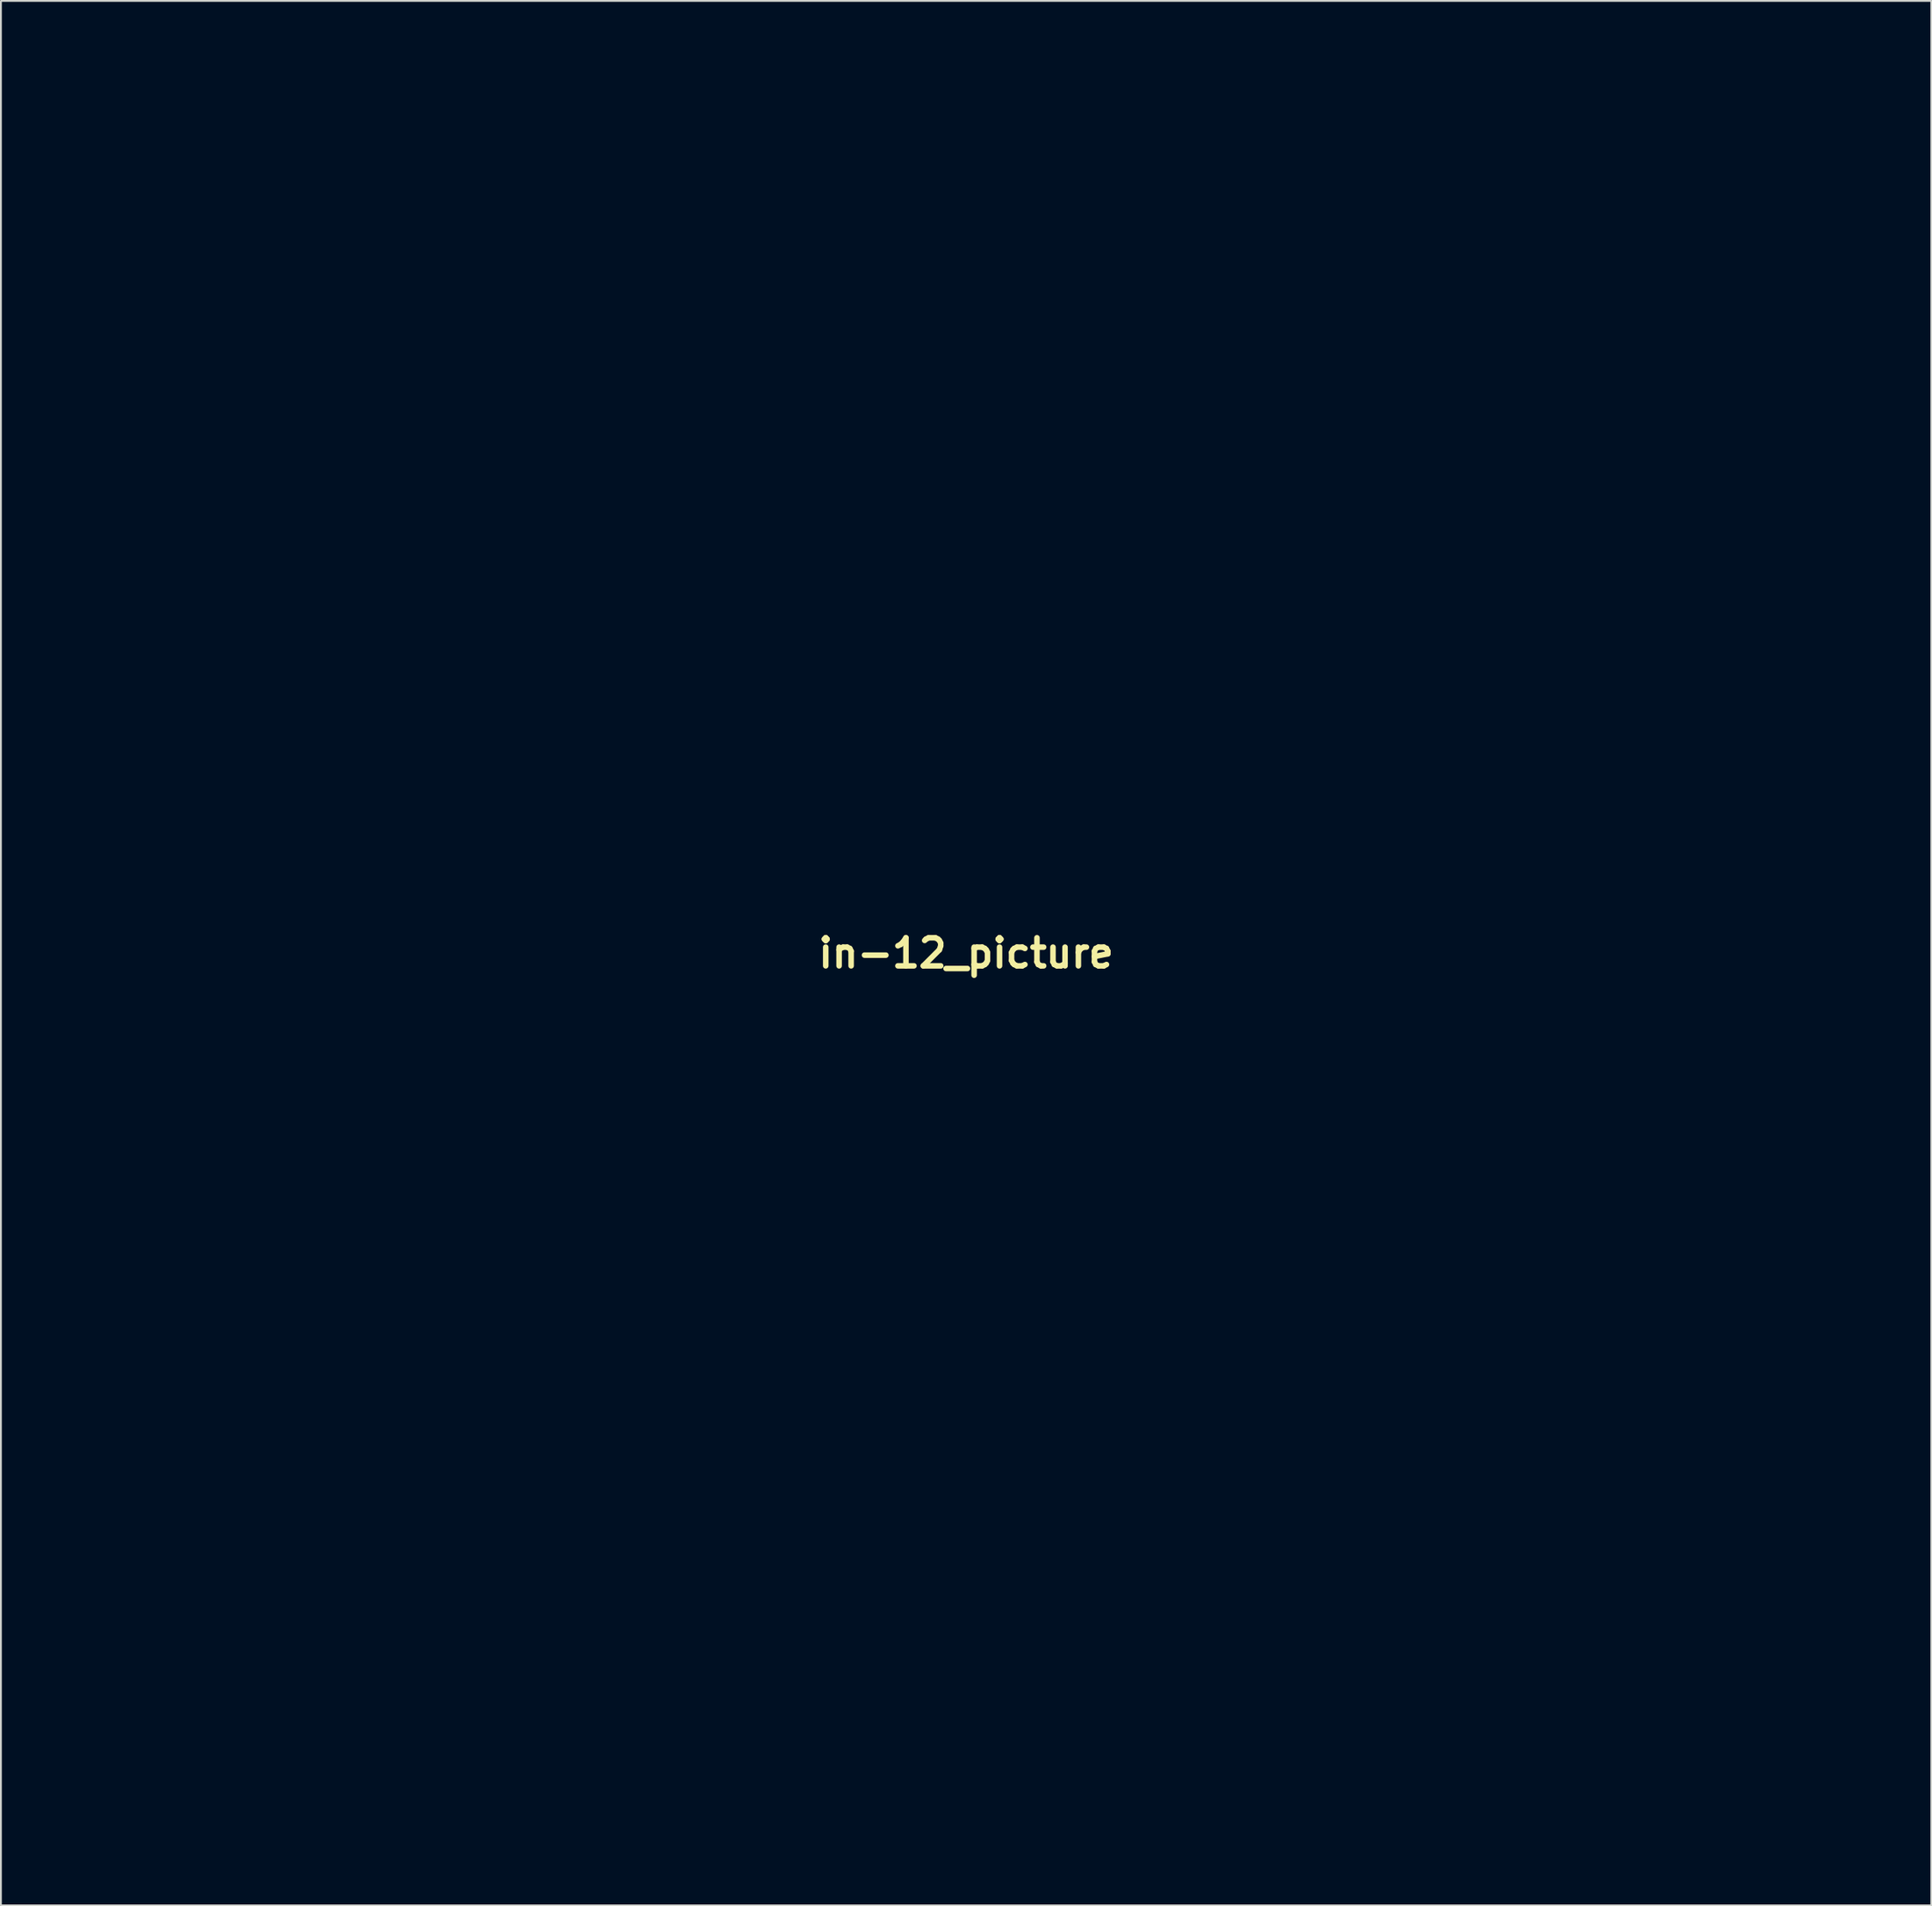
<source format=kicad_pcb>
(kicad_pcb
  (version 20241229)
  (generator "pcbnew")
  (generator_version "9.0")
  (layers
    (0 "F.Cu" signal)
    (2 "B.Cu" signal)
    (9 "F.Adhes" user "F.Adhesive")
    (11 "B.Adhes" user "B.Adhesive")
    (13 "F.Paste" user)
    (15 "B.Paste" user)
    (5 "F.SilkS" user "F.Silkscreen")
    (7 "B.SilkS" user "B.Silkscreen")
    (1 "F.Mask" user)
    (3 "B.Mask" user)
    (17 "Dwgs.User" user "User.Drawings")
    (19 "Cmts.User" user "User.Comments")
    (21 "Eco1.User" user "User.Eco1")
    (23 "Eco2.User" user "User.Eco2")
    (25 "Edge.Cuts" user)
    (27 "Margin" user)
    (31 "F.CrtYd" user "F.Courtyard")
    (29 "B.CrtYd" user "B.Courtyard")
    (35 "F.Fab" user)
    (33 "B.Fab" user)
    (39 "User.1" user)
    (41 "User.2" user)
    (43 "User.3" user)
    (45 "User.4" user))
  (footprint "in-12_picture"
    (layer "F.Cu")
    (at 49.394 48.688)
    (property "Reference" "in-12_picture" (at 0 0 0) (layer "F.SilkS") (effects (font (size 1.524 1.524) (thickness 0.3))))
    (attr through_hole)
    (fp_poly (pts (xy -1.764 20.637) (xy -1.94 20.814) (xy -2.117 20.637) (xy -1.94 20.461) (xy -1.764 20.637)) (stroke (width 0.01) (type solid)) (fill no) (layer "Eco2.User"))
    (fp_poly (pts (xy -25.095 -0.1) (xy -25.047 0.135) (xy -25.254 0.744) (xy -25.4 0.882) (xy -25.705 0.806) (xy -25.753 0.571) (xy -25.546 -0.039) (xy -25.4 -0.176) (xy -25.095 -0.1)) (stroke (width 0.01) (type solid)) (fill no) (layer "Eco2.User"))
    (fp_poly (pts (xy -24.392 8.37) (xy -24.342 8.622) (xy -24.526 9.105) (xy -24.694 9.172) (xy -25.037 8.919) (xy -25.047 8.84) (xy -24.791 8.362) (xy -24.694 8.29) (xy -24.392 8.37)) (stroke (width 0.01) (type solid)) (fill no) (layer "Eco2.User"))
    (fp_poly (pts (xy -21.245 4.15) (xy -21.229 4.469) (xy -21.555 5.057) (xy -22.056 5.208) (xy -22.39 4.958) (xy -22.448 4.352) (xy -21.985 3.936) (xy -21.649 3.881) (xy -21.245 4.15)) (stroke (width 0.01) (type solid)) (fill no) (layer "Eco2.User"))
    (fp_poly (pts (xy -17.681 -10.811) (xy -17.479 -10.285) (xy -17.764 -9.92) (xy -18.29 -9.718) (xy -18.655 -10.003) (xy -18.857 -10.529) (xy -18.572 -10.894) (xy -18.046 -11.096) (xy -17.681 -10.811)) (stroke (width 0.01) (type solid)) (fill no) (layer "Eco2.User"))
    (fp_poly (pts (xy -10.905 -33.622) (xy -10.882 -33.601) (xy -10.803 -33.219) (xy -11.077 -33.047) (xy -11.648 -33.026) (xy -11.813 -33.152) (xy -11.793 -33.557) (xy -11.385 -33.764) (xy -10.905 -33.622)) (stroke (width 0.01) (type solid)) (fill no) (layer "Eco2.User"))
    (fp_poly (pts (xy -9.617 -13.855) (xy -9.525 -13.229) (xy -9.659 -12.496) (xy -10.057 -12.417) (xy -10.504 -12.762) (xy -10.729 -13.289) (xy -10.532 -13.644) (xy -9.97 -14.082) (xy -9.617 -13.855)) (stroke (width 0.01) (type solid)) (fill no) (layer "Eco2.User"))
    (fp_poly (pts (xy 2.066 -4.354) (xy 2.117 -4.057) (xy 1.914 -3.458) (xy 1.466 -3.419) (xy 1.075 -3.849) (xy 0.897 -4.54) (xy 1.057 -4.762) (xy 1.651 -4.808) (xy 2.066 -4.354)) (stroke (width 0.01) (type solid)) (fill no) (layer "Eco2.User"))
    (fp_poly (pts (xy 17.219 4.77) (xy 17.286 4.939) (xy 17.033 5.282) (xy 16.954 5.292) (xy 16.476 5.035) (xy 16.404 4.939) (xy 16.484 4.637) (xy 16.736 4.586) (xy 17.219 4.77)) (stroke (width 0.01) (type solid)) (fill no) (layer "Eco2.User"))
    (fp_poly (pts (xy 28.247 3.014) (xy 28.532 3.451) (xy 28.528 3.981) (xy 28.243 4.233) (xy 27.765 3.977) (xy 27.693 3.881) (xy 27.624 3.357) (xy 27.904 2.99) (xy 28.247 3.014)) (stroke (width 0.01) (type solid)) (fill no) (layer "Eco2.User"))
    (fp_poly (pts (xy 36.568 3.038) (xy 36.513 3.175) (xy 36.195 3.512) (xy 36.139 3.528) (xy 35.987 3.255) (xy 35.983 3.175) (xy 36.255 2.836) (xy 36.357 2.822) (xy 36.568 3.038)) (stroke (width 0.01) (type solid)) (fill no) (layer "Eco2.User"))
    (fp_poly (pts (xy 38.385 3.712) (xy 38.453 3.881) (xy 38.2 4.223) (xy 38.121 4.233) (xy 37.643 3.977) (xy 37.571 3.881) (xy 37.651 3.579) (xy 37.903 3.528) (xy 38.385 3.712)) (stroke (width 0.01) (type solid)) (fill no) (layer "Eco2.User"))
    (fp_poly (pts (xy -24.919 10.409) (xy -24.822 11.079) (xy -24.891 11.321) (xy -25.324 11.63) (xy -25.693 11.447) (xy -25.747 11.201) (xy -25.564 10.516) (xy -25.444 10.289) (xy -25.155 10.033) (xy -24.919 10.409)) (stroke (width 0.01) (type solid)) (fill no) (layer "Eco2.User"))
    (fp_poly (pts (xy -20.693 12.585) (xy -20.453 13.183) (xy -20.764 13.658) (xy -21.167 13.758) (xy -21.74 13.629) (xy -21.872 13.449) (xy -21.641 12.976) (xy -21.154 12.605) (xy -20.723 12.561) (xy -20.693 12.585)) (stroke (width 0.01) (type solid)) (fill no) (layer "Eco2.User"))
    (fp_poly (pts (xy -17.664 18.901) (xy -17.349 19.272) (xy -17.367 19.469) (xy -17.811 19.966) (xy -18.538 19.854) (xy -18.694 19.765) (xy -19.023 19.378) (xy -18.806 19.018) (xy -18.25 18.784) (xy -17.664 18.901)) (stroke (width 0.01) (type solid)) (fill no) (layer "Eco2.User"))
    (fp_poly (pts (xy -9.82 20.718) (xy -9.444 21.124) (xy -9.49 21.654) (xy -9.635 21.817) (xy -10.187 22.014) (xy -10.521 21.793) (xy -10.911 21.197) (xy -10.641 20.792) (xy -10.433 20.696) (xy -9.82 20.718)) (stroke (width 0.01) (type solid)) (fill no) (layer "Eco2.User"))
    (fp_poly (pts (xy -7.553 24.785) (xy -7.516 25.224) (xy -7.768 25.795) (xy -8.128 26.104) (xy -8.152 26.106) (xy -8.434 25.821) (xy -8.467 25.597) (xy -8.268 25.055) (xy -7.853 24.73) (xy -7.553 24.785)) (stroke (width 0.01) (type solid)) (fill no) (layer "Eco2.User"))
    (fp_poly (pts (xy 1.835 11.862) (xy 2.071 12.319) (xy 2.117 12.721) (xy 1.882 13.271) (xy 1.377 13.374) (xy 0.898 13.003) (xy 0.819 12.841) (xy 0.874 12.257) (xy 1.305 11.846) (xy 1.835 11.862)) (stroke (width 0.01) (type solid)) (fill no) (layer "Eco2.User"))
    (fp_poly (pts (xy 2.004 3.725) (xy 2.244 4.057) (xy 2.139 4.452) (xy 1.651 4.612) (xy 1.083 4.467) (xy 0.95 4.361) (xy 0.878 3.901) (xy 0.912 3.831) (xy 1.419 3.536) (xy 2.004 3.725)) (stroke (width 0.01) (type solid)) (fill no) (layer "Eco2.User"))
    (fp_poly (pts (xy 23.606 40.536) (xy 23.325 41.111) (xy 23.145 41.363) (xy 22.612 41.897) (xy 22.278 41.908) (xy 22.225 41.682) (xy 22.461 41.247) (xy 22.931 40.746) (xy 23.464 40.384) (xy 23.606 40.536)) (stroke (width 0.01) (type solid)) (fill no) (layer "Eco2.User"))
    (fp_poly (pts (xy -21.161 -4.7) (xy -20.989 -4.585) (xy -20.633 -4.157) (xy -20.878 -3.834) (xy -20.885 -3.829) (xy -21.57 -3.551) (xy -22.017 -3.835) (xy -22.068 -3.911) (xy -22.133 -4.455) (xy -21.747 -4.77) (xy -21.161 -4.7)) (stroke (width 0.01) (type solid)) (fill no) (layer "Eco2.User"))
    (fp_poly (pts (xy -2.522 -11.359) (xy -2.475 -11.289) (xy -2.149 -10.596) (xy -2.385 -10.278) (xy -2.822 -10.231) (xy -3.393 -10.341) (xy -3.522 -10.495) (xy -3.344 -10.988) (xy -3.17 -11.289) (xy -2.838 -11.641) (xy -2.522 -11.359)) (stroke (width 0.01) (type solid)) (fill no) (layer "Eco2.User"))
    (fp_poly (pts (xy -2.228 18.49) (xy -2.044 18.629) (xy -1.827 19.081) (xy -2.184 19.621) (xy -2.207 19.644) (xy -2.67 20.038) (xy -2.913 19.899) (xy -3.032 19.618) (xy -3.071 18.929) (xy -2.738 18.489) (xy -2.228 18.49)) (stroke (width 0.01) (type solid)) (fill no) (layer "Eco2.User"))
    (fp_poly (pts (xy 0.774 -12.663) (xy 1.045 -12.168) (xy 1.058 -11.957) (xy 0.782 -11.455) (xy 0.088 -11.29) (xy -0.824 -11.463) (xy -1.731 -11.957) (xy -2.58 -12.61) (xy -1.202 -12.778) (xy 0.063 -12.853) (xy 0.774 -12.663)) (stroke (width 0.01) (type solid)) (fill no) (layer "Eco2.User"))
    (fp_poly (pts (xy 12.047 29.55) (xy 12.09 30.649) (xy 12.025 31.551) (xy 12 31.67) (xy 11.845 32.073) (xy 11.586 32.051) (xy 11.069 31.556) (xy 10.83 31.296) (xy 9.842 30.212) (xy 11.913 28.141) (xy 12.047 29.55)) (stroke (width 0.01) (type solid)) (fill no) (layer "Eco2.User"))
    (fp_poly (pts (xy -6.443 -17.354) (xy -5.818 -16.689) (xy -5.644 -16.112) (xy -5.895 -15.809) (xy -6.486 -15.87) (xy -7.179 -16.256) (xy -7.32 -16.38) (xy -7.966 -17.093) (xy -8.018 -17.489) (xy -7.471 -17.634) (xy -7.244 -17.639) (xy -6.443 -17.354)) (stroke (width 0.01) (type solid)) (fill no) (layer "Eco2.User"))
    (fp_poly (pts (xy -6.146 -20.158) (xy -6.123 -19.579) (xy -6.332 -18.893) (xy -6.954 -18.698) (xy -6.967 -18.697) (xy -7.587 -18.849) (xy -7.761 -19.099) (xy -7.502 -19.596) (xy -6.93 -20.139) (xy -6.355 -20.443) (xy -6.299 -20.45) (xy -6.146 -20.158)) (stroke (width 0.01) (type solid)) (fill no) (layer "Eco2.User"))
    (fp_poly (pts (xy -3.339 -17.551) (xy -3.262 -17.245) (xy -3.799 -16.654) (xy -3.935 -16.534) (xy -4.546 -16.024) (xy -4.834 -15.947) (xy -5.021 -16.285) (xy -5.079 -16.436) (xy -5.136 -17.192) (xy -4.591 -17.582) (xy -4.036 -17.639) (xy -3.339 -17.551)) (stroke (width 0.01) (type solid)) (fill no) (layer "Eco2.User"))
    (fp_poly (pts (xy 22.292 40.23) (xy 21.738 40.849) (xy 21.519 41.289) (xy 21.251 41.618) (xy 21.167 41.628) (xy 20.828 41.356) (xy 20.814 41.252) (xy 21.076 40.368) (xy 21.708 39.703) (xy 22.304 39.511) (xy 23.064 39.511) (xy 22.292 40.23)) (stroke (width 0.01) (type solid)) (fill no) (layer "Eco2.User"))
    (fp_poly (pts (xy -25.119 -8.525) (xy -25.061 -7.817) (xy -25.244 -6.955) (xy -25.261 -6.908) (xy -25.638 -6.39) (xy -25.961 -6.475) (xy -25.99 -7.083) (xy -25.975 -7.144) (xy -25.802 -7.964) (xy -25.758 -8.378) (xy -25.53 -8.788) (xy -25.4 -8.819) (xy -25.119 -8.525)) (stroke (width 0.01) (type solid)) (fill no) (layer "Eco2.User"))
    (fp_poly (pts (xy -19.096 -25.584) (xy -19.05 -25.411) (xy -19.309 -25.218) (xy -19.584 -25.274) (xy -20.288 -25.248) (xy -20.611 -25.07) (xy -21.109 -24.848) (xy -21.347 -25.054) (xy -21.487 -25.479) (xy -21.115 -25.689) (xy -20.637 -25.759) (xy -19.574 -25.792) (xy -19.096 -25.584)) (stroke (width 0.01) (type solid)) (fill no) (layer "Eco2.User"))
    (fp_poly (pts (xy -4.674 -20.205) (xy -3.944 -19.794) (xy -3.357 -19.259) (xy -3.175 -18.899) (xy -3.482 -18.757) (xy -4.222 -18.697) (xy -4.233 -18.697) (xy -4.99 -18.793) (xy -5.267 -19.196) (xy -5.292 -19.568) (xy -5.187 -20.185) (xy -4.791 -20.245) (xy -4.674 -20.205)) (stroke (width 0.01) (type solid)) (fill no) (layer "Eco2.User"))
    (fp_poly (pts (xy -2.884 -14.874) (xy -2.822 -14.464) (xy -2.96 -13.978) (xy -3.5 -13.781) (xy -4.057 -13.758) (xy -4.873 -13.849) (xy -5.281 -14.072) (xy -5.292 -14.12) (xy -4.998 -14.473) (xy -4.312 -14.854) (xy -3.524 -15.122) (xy -3.152 -15.169) (xy -2.884 -14.874)) (stroke (width 0.01) (type solid)) (fill no) (layer "Eco2.User"))
    (fp_poly (pts (xy -8.747 0.936) (xy -7.844 1.508) (xy -7.007 2.24) (xy -6.454 2.951) (xy -6.35 3.289) (xy -6.658 3.61) (xy -7.403 3.873) (xy -8.315 4.023) (xy -9.126 4.011) (xy -9.472 3.891) (xy -9.667 3.452) (xy -9.769 2.647) (xy -9.775 1.744) (xy -9.683 1.008) (xy -9.494 0.706) (xy -8.747 0.936)) (stroke (width 0.01) (type solid)) (fill no) (layer "Eco2.User"))
    (fp_poly (pts (xy -10.878 5.03) (xy -10.668 5.56) (xy -10.685 5.643) (xy -10.655 6.453) (xy -10.496 6.871) (xy -10.358 7.494) (xy -10.63 7.798) (xy -11.126 8.045) (xy -11.578 8) (xy -12.192 7.593) (xy -12.864 7.019) (xy -13.771 6.098) (xy -14.05 5.453) (xy -13.703 5.041) (xy -12.984 4.854) (xy -11.671 4.788) (xy -10.878 5.03)) (stroke (width 0.01) (type solid)) (fill no) (layer "Eco2.User"))
    (fp_poly (pts (xy -31.446 28.061) (xy -30.76 28.972) (xy -29.873 29.88) (xy -28.975 30.617) (xy -28.254 31.016) (xy -28.089 31.044) (xy -27.484 31.275) (xy -27.223 31.485) (xy -26.707 31.724) (xy -25.662 32.015) (xy -24.259 32.315) (xy -23.184 32.503) (xy -19.579 33.081) (xy -25.841 33.121) (xy -32.103 33.161) (xy -32.101 30.074) (xy -32.1 26.988) (xy -31.446 28.061)) (stroke (width 0.01) (type solid)) (fill no) (layer "Eco2.User"))
    (fp_poly (pts (xy -9.217 -17.235) (xy -8.942 -16.62) (xy -8.224 -15.643) (xy -7.277 -15.138) (xy -6.456 -14.733) (xy -6.019 -14.308) (xy -5.997 -14.217) (xy -6.291 -13.888) (xy -7.017 -13.781) (xy -7.939 -13.886) (xy -8.825 -14.194) (xy -9.084 -14.349) (xy -9.668 -15.003) (xy -9.873 -16.01) (xy -9.878 -16.271) (xy -9.794 -17.267) (xy -9.563 -17.593) (xy -9.217 -17.235)) (stroke (width 0.01) (type solid)) (fill no) (layer "Eco2.User"))
    (fp_poly (pts (xy 25.397 5.523) (xy 25.4 5.564) (xy 25.717 5.766) (xy 26.543 6.021) (xy 27.551 6.245) (xy 28.712 6.49) (xy 29.572 6.719) (xy 29.908 6.86) (xy 29.962 7.241) (xy 29.396 7.577) (xy 28.3 7.836) (xy 27.049 7.968) (xy 24.739 8.112) (xy 24.758 6.702) (xy 24.839 5.818) (xy 25.019 5.327) (xy 25.089 5.292) (xy 25.397 5.523)) (stroke (width 0.01) (type solid)) (fill no) (layer "Eco2.User"))
    (fp_poly (pts (xy -11.151 0.818) (xy -10.768 1.264) (xy -10.803 1.574) (xy -10.81 2.036) (xy -10.654 2.117) (xy -10.498 2.381) (xy -10.699 2.969) (xy -11.217 3.607) (xy -12.124 3.911) (xy -12.47 3.953) (xy -13.54 3.935) (xy -14.02 3.609) (xy -14.025 3.597) (xy -13.909 3.044) (xy -13.382 2.305) (xy -12.635 1.562) (xy -11.857 0.999) (xy -11.238 0.799) (xy -11.151 0.818)) (stroke (width 0.01) (type solid)) (fill no) (layer "Eco2.User"))
    (fp_poly (pts (xy 21.68 0.682) (xy 21.788 1.573) (xy 21.856 2.886) (xy 21.872 4.057) (xy 21.863 5.578) (xy 21.837 6.796) (xy 21.8 7.566) (xy 21.766 7.761) (xy 21.46 7.554) (xy 21.325 7.428) (xy 21.188 6.958) (xy 21.112 6.011) (xy 21.091 4.766) (xy 21.121 3.405) (xy 21.195 2.11) (xy 21.309 1.063) (xy 21.456 0.445) (xy 21.544 0.353) (xy 21.68 0.682)) (stroke (width 0.01) (type solid)) (fill no) (layer "Eco2.User"))
    (fp_poly (pts (xy -6.441 4.917) (xy -6.361 5.237) (xy -6.579 5.99) (xy -7.065 6.693) (xy -7.606 7.05) (xy -7.669 7.056) (xy -8.172 7.299) (xy -8.467 7.585) (xy -9.085 8.097) (xy -9.502 7.951) (xy -9.681 7.172) (xy -9.678 6.686) (xy -9.598 5.75) (xy -9.484 5.165) (xy -9.448 5.097) (xy -9.027 4.966) (xy -8.168 4.832) (xy -7.818 4.795) (xy -6.869 4.756) (xy -6.441 4.917)) (stroke (width 0.01) (type solid)) (fill no) (layer "Eco2.User"))
    (fp_poly (pts (xy -5.078 -44.807) (xy -5.004 -44.159) (xy -4.967 -43.127) (xy -4.939 -41.931) (xy -4.895 -41.03) (xy -4.851 -40.658) (xy -5.102 -40.463) (xy -5.837 -40.309) (xy -6.091 -40.283) (xy -7.42 -40.173) (xy -6.532 -41.061) (xy -5.801 -42.014) (xy -5.723 -42.797) (xy -6.174 -43.392) (xy -6.656 -43.98) (xy -6.515 -44.359) (xy -6.027 -44.45) (xy -5.378 -44.652) (xy -5.173 -44.891) (xy -5.078 -44.807)) (stroke (width 0.01) (type solid)) (fill no) (layer "Eco2.User"))
    (fp_poly (pts (xy 26.048 4.188) (xy 26.925 4.364) (xy 27.722 4.675) (xy 27.821 4.732) (xy 28.413 4.777) (xy 28.882 4.611) (xy 29.431 4.454) (xy 29.715 4.872) (xy 29.757 5.02) (xy 29.886 5.647) (xy 29.884 5.851) (xy 29.535 5.797) (xy 28.719 5.591) (xy 28.046 5.402) (xy 26.909 5.097) (xy 25.979 4.888) (xy 25.665 4.84) (xy 25.14 4.598) (xy 25.047 4.371) (xy 25.339 4.179) (xy 26.048 4.188)) (stroke (width 0.01) (type solid)) (fill no) (layer "Eco2.User"))
    (fp_poly (pts (xy 10.918 -13.065) (xy 11.193 -12.503) (xy 11.217 -12.335) (xy 11.321 -11.441) (xy 6.542 -11.349) (xy 4.625 -11.317) (xy 3.303 -11.319) (xy 2.466 -11.368) (xy 2.004 -11.477) (xy 1.806 -11.66) (xy 1.764 -11.931) (xy 1.764 -11.944) (xy 1.824 -12.253) (xy 2.084 -12.467) (xy 2.667 -12.618) (xy 3.694 -12.733) (xy 5.287 -12.844) (xy 5.556 -12.86) (xy 7.213 -12.961) (xy 8.686 -13.054) (xy 9.784 -13.126) (xy 10.231 -13.158) (xy 10.918 -13.065)) (stroke (width 0.01) (type solid)) (fill no) (layer "Eco2.User"))
    (fp_poly (pts (xy 7.149 19.414) (xy 8.825 19.455) (xy 10.23 19.521) (xy 11.228 19.614) (xy 11.682 19.733) (xy 11.695 19.756) (xy 11.778 20.442) (xy 11.783 20.493) (xy 11.47 20.659) (xy 10.591 20.789) (xy 9.283 20.883) (xy 7.685 20.939) (xy 5.933 20.957) (xy 4.167 20.938) (xy 2.524 20.879) (xy 1.142 20.782) (xy 0.159 20.646) (xy -0.206 20.533) (xy -0.771 20.1) (xy -0.872 19.739) (xy -0.464 19.616) (xy 0.498 19.522) (xy 1.879 19.454) (xy 3.539 19.414) (xy 5.342 19.401) (xy 7.149 19.414)) (stroke (width 0.01) (type solid)) (fill no) (layer "Eco2.User"))
    (fp_poly (pts (xy 11.111 -10.643) (xy 11.285 -10.011) (xy 11.362 -8.847) (xy 11.356 -7.084) (xy 11.327 -5.989) (xy 11.289 -4.746) (xy 7.383 -4.754) (xy 5.742 -4.786) (xy 4.325 -4.864) (xy 3.303 -4.978) (xy 2.885 -5.085) (xy 2.364 -5.432) (xy 2.06 -5.89) (xy 1.906 -6.649) (xy 1.838 -7.897) (xy 1.832 -8.121) (xy 1.774 -10.231) (xy 4.856 -10.295) (xy 6.394 -10.317) (xy 7.776 -10.318) (xy 8.764 -10.298) (xy 8.951 -10.288) (xy 9.85 -10.359) (xy 10.419 -10.593) (xy 10.827 -10.814) (xy 11.111 -10.643)) (stroke (width 0.01) (type solid)) (fill no) (layer "Eco2.User"))
    (fp_poly (pts (xy 19.944 1.206) (xy 20.252 2.058) (xy 20.244 2.864) (xy 20.136 3.81) (xy 20.014 4.406) (xy 19.975 4.484) (xy 19.593 4.452) (xy 18.812 4.196) (xy 18.516 4.078) (xy 17.138 3.619) (xy 16.202 3.609) (xy 15.599 4.05) (xy 15.537 4.145) (xy 15.324 4.365) (xy 15.235 4.043) (xy 15.25 3.103) (xy 15.255 2.999) (xy 15.347 1.946) (xy 15.531 1.434) (xy 15.886 1.298) (xy 16.051 1.307) (xy 16.878 1.266) (xy 17.909 1.068) (xy 17.954 1.057) (xy 19.194 0.885) (xy 19.944 1.206)) (stroke (width 0.01) (type solid)) (fill no) (layer "Eco2.User"))
    (fp_poly (pts (xy 37.429 0.724) (xy 38.255 0.949) (xy 38.731 0.91) (xy 39.515 0.9) (xy 39.945 1.485) (xy 40.044 2.381) (xy 39.984 3.253) (xy 39.755 3.465) (xy 39.27 3.056) (xy 39.07 2.83) (xy 38.413 2.361) (xy 37.929 2.34) (xy 37.224 2.313) (xy 36.863 2.114) (xy 36.108 1.836) (xy 35.633 1.866) (xy 34.965 1.865) (xy 34.704 1.691) (xy 34.738 1.252) (xy 35.198 0.938) (xy 35.809 0.932) (xy 35.827 0.939) (xy 36.375 0.861) (xy 36.498 0.729) (xy 36.922 0.533) (xy 37.429 0.724)) (stroke (width 0.01) (type solid)) (fill no) (layer "Eco2.User"))
    (fp_poly (pts (xy -0.794 -24.164) (xy 0.118 -24.102) (xy 0.684 -24.047) (xy 0.731 -24.038) (xy 0.808 -23.688) (xy 0.884 -22.758) (xy 0.951 -21.373) (xy 1.003 -19.66) (xy 1.018 -18.874) (xy 1.103 -13.758) (xy -2.117 -13.758) (xy -2.117 -15.674) (xy -2.086 -16.79) (xy -1.945 -17.384) (xy -1.623 -17.638) (xy -1.323 -17.703) (xy -0.703 -17.924) (xy -0.529 -18.168) (xy -0.829 -18.486) (xy -1.323 -18.634) (xy -1.722 -18.739) (xy -1.959 -19.016) (xy -2.075 -19.616) (xy -2.114 -20.69) (xy -2.117 -21.493) (xy -2.117 -24.24) (xy -0.794 -24.164)) (stroke (width 0.01) (type solid)) (fill no) (layer "Eco2.User"))
    (fp_poly (pts (xy -8.071 -36.257) (xy -7.821 -35.889) (xy -7.761 -35.033) (xy -7.761 -34.925) (xy -7.832 -33.98) (xy -8.091 -33.566) (xy -8.378 -33.503) (xy -8.808 -33.463) (xy -8.619 -33.276) (xy -8.378 -33.133) (xy -7.822 -32.675) (xy -7.94 -32.367) (xy -8.71 -32.232) (xy -9.172 -32.23) (xy -10.056 -32.313) (xy -10.548 -32.476) (xy -10.583 -32.538) (xy -10.313 -32.801) (xy -10.231 -32.808) (xy -9.981 -33.114) (xy -9.878 -33.846) (xy -9.761 -34.666) (xy -9.501 -35.116) (xy -9.269 -35.598) (xy -9.313 -35.843) (xy -9.226 -36.231) (xy -8.632 -36.336) (xy -8.071 -36.257)) (stroke (width 0.01) (type solid)) (fill no) (layer "Eco2.User"))
    (fp_poly (pts (xy -12.936 -36.738) (xy -12.224 -36.49) (xy -11.863 -36.544) (xy -11.382 -36.552) (xy -11.289 -36.374) (xy -11.004 -36.028) (xy -10.76 -35.983) (xy -10.29 -35.793) (xy -10.231 -35.631) (xy -10.516 -35.318) (xy -10.76 -35.278) (xy -11.229 -35.468) (xy -11.289 -35.631) (xy -11.526 -35.973) (xy -11.599 -35.983) (xy -11.988 -35.675) (xy -12.337 -34.922) (xy -12.563 -33.985) (xy -12.583 -33.124) (xy -12.557 -32.992) (xy -12.486 -32.339) (xy -12.854 -32.119) (xy -13.222 -32.103) (xy -13.961 -32.303) (xy -14.144 -32.72) (xy -14.158 -34.028) (xy -14.082 -35.298) (xy -13.937 -36.308) (xy -13.746 -36.833) (xy -13.242 -36.917) (xy -12.936 -36.738)) (stroke (width 0.01) (type solid)) (fill no) (layer "Eco2.User"))
    (fp_poly (pts (xy -8.29 -25.198) (xy -7.078 -25.135) (xy -5.755 -25.006) (xy -4.531 -24.837) (xy -3.616 -24.659) (xy -3.23 -24.514) (xy -3.101 -24.094) (xy -2.997 -23.272) (xy -2.932 -22.296) (xy -2.919 -21.416) (xy -2.974 -20.878) (xy -3.022 -20.814) (xy -3.744 -21.035) (xy -4.535 -21.562) (xy -5.132 -22.186) (xy -5.292 -22.587) (xy -5.441 -23.155) (xy -5.644 -23.283) (xy -5.929 -22.987) (xy -5.997 -22.56) (xy -6.304 -21.883) (xy -7.255 -21.311) (xy -8.418 -20.52) (xy -8.877 -19.741) (xy -9.251 -18.896) (xy -9.536 -18.736) (xy -9.727 -19.245) (xy -9.815 -20.406) (xy -9.803 -21.96) (xy -9.701 -25.224) (xy -8.29 -25.198)) (stroke (width 0.01) (type solid)) (fill no) (layer "Eco2.User"))
    (fp_poly (pts (xy 6.571 21.525) (xy 8.314 21.546) (xy 9.813 21.6) (xy 10.92 21.68) (xy 11.489 21.776) (xy 11.515 21.789) (xy 11.753 22.321) (xy 11.744 23.306) (xy 11.526 24.554) (xy 11.142 25.873) (xy 10.631 27.073) (xy 10.266 27.678) (xy 9.504 28.667) (xy 8.959 29.105) (xy 8.482 29.042) (xy 7.922 28.53) (xy 7.889 28.493) (xy 7.324 27.922) (xy 6.38 27.028) (xy 5.208 25.952) (xy 4.399 25.225) (xy 3.128 24.056) (xy 2.375 23.268) (xy 2.101 22.81) (xy 2.243 22.638) (xy 2.652 22.438) (xy 2.445 22.019) (xy 2.362 21.813) (xy 2.581 21.672) (xy 3.194 21.584) (xy 4.297 21.539) (xy 5.985 21.525) (xy 6.571 21.525)) (stroke (width 0.01) (type solid)) (fill no) (layer "Eco2.User"))
    (fp_poly (pts (xy 28.075 0.717) (xy 28.838 0.916) (xy 29.265 0.892) (xy 29.435 1.114) (xy 29.638 1.774) (xy 29.817 2.608) (xy 29.915 3.354) (xy 29.878 3.748) (xy 29.875 3.751) (xy 29.646 3.548) (xy 29.183 2.974) (xy 29.176 2.964) (xy 28.353 2.265) (xy 27.487 2.184) (xy 26.811 2.646) (xy 26.28 3.091) (xy 26.019 3.175) (xy 25.915 2.961) (xy 26.113 2.637) (xy 26.378 2.052) (xy 26.112 1.792) (xy 25.463 1.996) (xy 25.443 2.008) (xy 24.951 2.213) (xy 24.808 1.892) (xy 24.807 1.818) (xy 25.06 1.107) (xy 25.828 0.871) (xy 26.337 0.922) (xy 26.966 0.913) (xy 27.164 0.721) (xy 27.444 0.548) (xy 28.075 0.717)) (stroke (width 0.01) (type solid)) (fill no) (layer "Eco2.User"))
    (fp_poly (pts (xy 2.248 -23.544) (xy 3.085 -23.308) (xy 3.824 -23.091) (xy 4.902 -22.82) (xy 5.707 -22.708) (xy 5.975 -22.74) (xy 6.363 -22.735) (xy 6.408 -22.668) (xy 6.776 -22.336) (xy 7.506 -21.895) (xy 7.55 -21.872) (xy 9.034 -20.722) (xy 10.187 -19.027) (xy 10.934 -16.899) (xy 10.981 -16.679) (xy 11.188 -15.523) (xy 11.29 -14.676) (xy 11.269 -14.341) (xy 10.877 -14.275) (xy 9.918 -14.194) (xy 8.531 -14.11) (xy 6.854 -14.031) (xy 6.615 -14.021) (xy 2.117 -13.843) (xy 2.091 -15.476) (xy 2.063 -16.591) (xy 2.009 -18.132) (xy 1.939 -19.824) (xy 1.914 -20.373) (xy 1.859 -21.791) (xy 1.838 -22.898) (xy 1.852 -23.539) (xy 1.875 -23.636) (xy 2.248 -23.544)) (stroke (width 0.01) (type solid)) (fill no) (layer "Eco2.User"))
    (fp_poly (pts (xy 19.05 5.468) (xy 18.86 5.938) (xy 18.697 5.997) (xy 18.355 6.266) (xy 18.344 6.35) (xy 18.641 6.634) (xy 19.071 6.703) (xy 19.559 6.567) (xy 19.579 6.35) (xy 19.62 6.026) (xy 19.758 5.997) (xy 20.015 6.299) (xy 20.044 6.967) (xy 19.946 7.494) (xy 19.694 7.784) (xy 19.117 7.909) (xy 18.046 7.937) (xy 17.698 7.938) (xy 16.518 7.916) (xy 15.654 7.86) (xy 15.316 7.791) (xy 15.216 7.373) (xy 15.17 6.553) (xy 15.169 6.468) (xy 15.282 5.617) (xy 15.554 5.296) (xy 15.892 5.578) (xy 16.003 5.821) (xy 16.479 6.276) (xy 17.189 6.282) (xy 17.841 5.866) (xy 17.992 5.644) (xy 18.464 5.061) (xy 18.875 4.994) (xy 19.05 5.468)) (stroke (width 0.01) (type solid)) (fill no) (layer "Eco2.User"))
    (fp_poly (pts (xy 35.159 3.792) (xy 35.606 4.119) (xy 36.295 4.233) (xy 37.171 4.384) (xy 37.685 4.665) (xy 38.176 4.921) (xy 38.81 4.665) (xy 39.423 4.326) (xy 39.683 4.233) (xy 39.806 4.542) (xy 39.86 5.299) (xy 39.851 6.252) (xy 39.785 7.148) (xy 39.667 7.734) (xy 39.599 7.828) (xy 39.132 7.87) (xy 38.179 7.869) (xy 37.13 7.832) (xy 35.925 7.755) (xy 35.264 7.623) (xy 34.985 7.363) (xy 34.925 6.904) (xy 34.925 6.862) (xy 34.977 5.937) (xy 35.171 5.576) (xy 35.454 5.6) (xy 36.026 5.78) (xy 36.865 6.017) (xy 37.917 6.31) (xy 38.717 6.544) (xy 39.356 6.601) (xy 39.511 6.396) (xy 39.203 6.014) (xy 38.427 5.572) (xy 37.4 5.165) (xy 36.344 4.889) (xy 35.896 4.831) (xy 35.161 4.634) (xy 34.952 4.109) (xy 34.954 4.057) (xy 35.041 3.673) (xy 35.159 3.792)) (stroke (width 0.01) (type solid)) (fill no) (layer "Eco2.User"))
    (fp_poly (pts (xy -3.168 -29.514) (xy -3.155 -29.236) (xy -3.103 -28.308) (xy -3.005 -27.174) (xy -2.995 -27.076) (xy -2.962 -26.193) (xy -3.159 -25.815) (xy -3.486 -25.753) (xy -4.104 -25.83) (xy -4.273 -25.91) (xy -4.691 -26.017) (xy -5.559 -26.102) (xy -6.008 -26.125) (xy -7.293 -26.203) (xy -8.501 -26.326) (xy -8.731 -26.359) (xy -9.516 -26.562) (xy -9.827 -26.999) (xy -9.878 -27.732) (xy -10 -28.63) (xy -10.388 -28.927) (xy -10.407 -28.928) (xy -10.798 -28.66) (xy -10.935 -27.806) (xy -10.936 -27.693) (xy -10.936 -26.458) (xy -17.992 -26.458) (xy -17.992 -27.869) (xy -17.953 -28.773) (xy -17.724 -29.175) (xy -17.134 -29.278) (xy -16.81 -29.281) (xy -15.583 -29.154) (xy -14.499 -28.887) (xy -13.661 -28.695) (xy -13.138 -28.746) (xy -13.067 -28.991) (xy -13.392 -29.272) (xy -13.329 -29.414) (xy -12.642 -29.494) (xy -11.408 -29.505) (xy -11.028 -29.496) (xy -9.628 -29.409) (xy -8.471 -29.254) (xy -7.764 -29.059) (xy -7.683 -29.009) (xy -6.956 -28.788) (xy -5.979 -28.905) (xy -5.097 -29.318) (xy -5.083 -29.328) (xy -4.6 -29.469) (xy -4.474 -29.404) (xy -4.062 -29.411) (xy -3.713 -29.626) (xy -3.31 -29.855) (xy -3.168 -29.514)) (stroke (width 0.01) (type solid)) (fill no) (layer "Eco2.User"))
    (fp_poly (pts (xy 20.3 -4.305) (xy 20.501 -4.29) (xy 21.796 -4.166) (xy 21.606 -2.701) (xy 21.4 -1.314) (xy 21.117 -0.486) (xy 20.599 -0.075) (xy 19.686 0.062) (xy 18.497 0.069) (xy 16.846 0.057) (xy 15.72 0.125) (xy 15.019 0.386) (xy 14.641 0.952) (xy 14.489 1.935) (xy 14.462 3.446) (xy 14.464 4.594) (xy 14.464 8.759) (xy 16.774 8.878) (xy 18.137 8.902) (xy 19.343 8.845) (xy 20.02 8.743) (xy 20.754 8.606) (xy 21.106 8.641) (xy 21.241 9.024) (xy 21.428 9.809) (xy 21.612 10.725) (xy 21.739 11.502) (xy 21.755 11.87) (xy 21.753 11.872) (xy 21.361 11.933) (xy 20.443 11.987) (xy 19.181 12.028) (xy 17.755 12.055) (xy 16.346 12.065) (xy 15.133 12.054) (xy 14.298 12.021) (xy 14.079 11.994) (xy 13.69 11.879) (xy 13.437 11.636) (xy 13.284 11.13) (xy 13.195 10.224) (xy 13.135 8.783) (xy 13.121 8.324) (xy 13.102 6.427) (xy 13.186 5.2) (xy 13.376 4.616) (xy 13.422 4.576) (xy 13.653 4.182) (xy 13.442 3.596) (xy 13.275 2.941) (xy 13.144 1.774) (xy 13.066 0.289) (xy 13.053 -0.646) (xy 13.053 -4.161) (xy 16.129 -4.287) (xy 17.715 -4.332) (xy 19.193 -4.338) (xy 20.3 -4.305)) (stroke (width 0.01) (type solid)) (fill no) (layer "Eco2.User"))
    (fp_poly (pts (xy -7.824 -45.141) (xy -7.303 -45.062) (xy -7.25 -44.863) (xy -7.53 -44.51) (xy -8.037 -43.675) (xy -8.008 -42.995) (xy -7.452 -42.629) (xy -7.417 -42.622) (xy -6.94 -42.4) (xy -7.038 -42.003) (xy -7.391 -41.681) (xy -7.877 -41.931) (xy -7.906 -41.955) (xy -8.379 -42.222) (xy -8.651 -41.909) (xy -8.677 -41.844) (xy -8.76 -41.044) (xy -8.692 -40.746) (xy -8.667 -40.291) (xy -8.793 -40.217) (xy -9.158 -40.5) (xy -9.335 -40.834) (xy -9.553 -41.264) (xy -9.784 -41.067) (xy -9.919 -40.834) (xy -10.315 -40.458) (xy -11.073 -40.268) (xy -12.277 -40.219) (xy -14.287 -40.221) (xy -14.385 -42.2) (xy -14.358 -43.684) (xy -14.059 -44.597) (xy -13.422 -45.043) (xy -12.569 -45.131) (xy -11.892 -45.086) (xy -11.863 -44.969) (xy -12.167 -44.832) (xy -12.722 -44.323) (xy -12.914 -43.358) (xy -13.025 -42.265) (xy -13.224 -41.363) (xy -13.311 -40.744) (xy -12.957 -40.569) (xy -12.569 -40.858) (xy -11.468 -40.858) (xy -11.273 -40.603) (xy -10.891 -40.936) (xy -10.402 -41.844) (xy -10.381 -41.892) (xy -9.789 -43.289) (xy -9.453 -44.155) (xy -9.356 -44.609) (xy -9.478 -44.771) (xy -9.801 -44.76) (xy -9.942 -44.739) (xy -10.402 -44.584) (xy -10.741 -44.184) (xy -11.026 -43.397) (xy -11.325 -42.083) (xy -11.398 -41.716) (xy -11.468 -40.858) (xy -12.569 -40.858) (xy -12.509 -40.903) (xy -12.189 -41.831) (xy -12.18 -41.88) (xy -11.867 -43.063) (xy -11.447 -44.131) (xy -11.426 -44.173) (xy -11.067 -44.738) (xy -10.598 -45.032) (xy -9.797 -45.142) (xy -8.932 -45.156) (xy -7.824 -45.141)) (stroke (width 0.01) (type solid)) (fill no) (layer "Eco2.User"))
    (fp_poly (pts (xy -5.798 21.525) (xy -4.582 21.579) (xy -3.614 21.712) (xy -3.207 21.845) (xy -2.466 21.939) (xy -2.106 21.783) (xy -1.632 21.646) (xy -1.099 21.921) (xy -0.409 22.61) (xy 0.253 23.429) (xy 0.647 24.094) (xy 0.695 24.274) (xy 0.909 24.562) (xy 1.073 24.509) (xy 1.281 24.034) (xy 1.223 23.6) (xy 1.376 23.576) (xy 1.946 23.981) (xy 2.85 24.747) (xy 4.003 25.807) (xy 4.384 26.172) (xy 5.631 27.387) (xy 6.67 28.426) (xy 7.407 29.193) (xy 7.749 29.591) (xy 7.761 29.62) (xy 7.438 29.925) (xy 6.563 30.299) (xy 5.282 30.691) (xy 3.739 31.048) (xy 3.704 31.055) (xy 2.504 31.334) (xy 1.561 31.628) (xy 1.155 31.825) (xy 0.534 32.081) (xy -0.432 32.256) (xy -0.609 32.271) (xy -1.524 32.337) (xy -2.924 32.437) (xy -4.59 32.557) (xy -5.733 32.639) (xy -9.525 32.912) (xy -9.525 27.983) (xy -9.519 26.018) (xy -9.514 25.818) (xy -9.168 25.818) (xy -9.093 26.601) (xy -8.937 26.929) (xy -8.29 27.158) (xy -7.506 27.001) (xy -7.127 26.721) (xy -6.77 26.059) (xy -6.511 25.288) (xy -6.422 24.545) (xy -6.736 24.193) (xy -7.012 24.103) (xy -7.607 23.809) (xy -7.761 23.557) (xy -7.472 23.368) (xy -6.879 23.428) (xy -6.196 23.48) (xy -5.997 23.134) (xy -6.193 22.542) (xy -6.324 22.418) (xy -6.94 22.387) (xy -7.7 22.727) (xy -8.301 23.259) (xy -8.467 23.672) (xy -8.643 24.324) (xy -8.819 24.518) (xy -9.071 25.003) (xy -9.168 25.818) (xy -9.514 25.818) (xy -9.488 24.632) (xy -9.415 23.698) (xy -9.282 23.088) (xy -9.069 22.676) (xy -8.759 22.334) (xy -8.709 22.286) (xy -8.046 21.821) (xy -7.181 21.589) (xy -5.871 21.525) (xy -5.798 21.525)) (stroke (width 0.01) (type solid)) (fill no) (layer "Eco2.User"))
    (fp_poly (pts (xy -27.366 -25.708) (xy -25.354 -25.685) (xy -23.905 -25.637) (xy -22.948 -25.559) (xy -22.413 -25.449) (xy -22.227 -25.301) (xy -22.225 -25.279) (xy -22.538 -24.955) (xy -23.357 -24.552) (xy -24.43 -24.181) (xy -27.083 -23.254) (xy -29.326 -22.169) (xy -31.081 -20.978) (xy -32.271 -19.732) (xy -32.762 -18.732) (xy -32.8 -18.252) (xy -32.832 -17.155) (xy -32.859 -15.531) (xy -32.879 -13.471) (xy -32.891 -11.063) (xy -32.895 -8.398) (xy -32.893 -6.967) (xy -32.867 4.233) (xy -33.896 4.233) (xy -34.626 4.338) (xy -34.925 4.586) (xy -34.619 4.834) (xy -33.881 4.939) (xy -33.873 4.939) (xy -32.821 4.939) (xy -32.782 10.495) (xy -32.77 12.769) (xy -32.762 15.138) (xy -32.759 17.356) (xy -32.762 19.181) (xy -32.764 19.579) (xy -32.772 21.331) (xy -32.778 23.513) (xy -32.782 25.852) (xy -32.783 28.073) (xy -32.783 28.134) (xy -32.783 33.161) (xy -36.675 33.161) (xy -36.489 31.485) (xy -36.341 30.245) (xy -36.195 29.134) (xy -36.151 28.84) (xy -36.169 28.131) (xy -36.402 27.855) (xy -36.711 28.128) (xy -36.789 28.31) (xy -36.886 28.269) (xy -36.955 27.668) (xy -36.973 27.164) (xy -36.985 26.417) (xy -37.005 25.066) (xy -37.033 23.214) (xy -37.066 20.962) (xy -37.073 20.461) (xy -36.689 20.461) (xy -36.56 20.751) (xy -36.454 20.696) (xy -36.411 20.278) (xy -36.454 20.226) (xy -36.663 20.274) (xy -36.689 20.461) (xy -37.073 20.461) (xy -37.103 18.413) (xy -37.143 15.669) (xy -37.158 14.64) (xy -37.205 11.909) (xy -37.262 9.39) (xy -37.327 7.172) (xy -37.395 5.348) (xy -37.465 4.008) (xy -37.532 3.244) (xy -37.559 3.114) (xy -37.601 2.34) (xy -37.434 1.838) (xy -37.242 1.193) (xy -37.319 0.899) (xy -37.406 0.477) (xy -37.485 -0.526) (xy -37.549 -1.985) (xy -37.593 -3.776) (xy -37.607 -5.057) (xy -37.625 -7.414) (xy -37.65 -9.92) (xy -37.678 -12.316) (xy -37.707 -14.341) (xy -37.715 -14.817) (xy -37.742 -16.549) (xy -37.758 -18.119) (xy -37.762 -19.334) (xy -37.756 -19.932) (xy -37.707 -20.633) (xy -37.545 -20.709) (xy -37.21 -20.31) (xy -36.726 -19.814) (xy -36.513 -19.965) (xy -36.571 -20.767) (xy -36.688 -21.353) (xy -36.936 -22.501) (xy -37.142 -23.509) (xy -37.166 -23.636) (xy -37.389 -24.567) (xy -37.565 -25.104) (xy -37.59 -25.295) (xy -37.438 -25.441) (xy -37.026 -25.546) (xy -36.271 -25.619) (xy -35.092 -25.666) (xy -33.406 -25.693) (xy -31.13 -25.707) (xy -30.012 -25.71) (xy -27.366 -25.708)) (stroke (width 0.01) (type solid)) (fill no) (layer "Eco2.User"))
    (fp_poly (pts (xy -16.959 -38.279) (xy -16.933 -38.188) (xy -16.604 -38.088) (xy -15.706 -38.012) (xy -14.379 -37.968) (xy -12.788 -37.962) (xy -10.196 -37.96) (xy -8.003 -37.905) (xy -6.275 -37.804) (xy -5.078 -37.66) (xy -4.48 -37.478) (xy -4.436 -37.352) (xy -4.325 -37.09) (xy -4.04 -37.042) (xy -3.622 -37.25) (xy -3.655 -37.571) (xy -3.663 -38.025) (xy -3.517 -38.1) (xy -3.192 -37.826) (xy -3.175 -37.702) (xy -2.901 -37.485) (xy -2.04 -37.455) (xy -1.108 -37.537) (xy 0.959 -37.771) (xy 0.947 -31.585) (xy 0.945 -29.34) (xy 0.929 -27.709) (xy 0.865 -26.599) (xy 0.723 -25.92) (xy 0.468 -25.579) (xy 0.07 -25.486) (xy -0.505 -25.548) (xy -1.147 -25.653) (xy -1.618 -25.747) (xy -1.905 -25.955) (xy -2.053 -26.422) (xy -2.108 -27.295) (xy -2.117 -28.723) (xy -2.117 -28.775) (xy -2.158 -30.285) (xy -2.272 -31.308) (xy -2.449 -31.742) (xy -2.481 -31.75) (xy -2.91 -31.468) (xy -3.047 -31.222) (xy -3.32 -30.922) (xy -3.937 -30.825) (xy -5.064 -30.908) (xy -5.153 -30.918) (xy -6.316 -30.995) (xy -6.962 -30.906) (xy -7.056 -30.793) (xy -7.376 -30.648) (xy -8.213 -30.547) (xy -9.378 -30.493) (xy -10.682 -30.485) (xy -11.938 -30.523) (xy -12.958 -30.608) (xy -13.553 -30.741) (xy -13.611 -30.78) (xy -13.566 -31.001) (xy -13.288 -31.044) (xy -12.782 -31.228) (xy -12.7 -31.418) (xy -12.484 -31.629) (xy -12.349 -31.574) (xy -11.147 -31.223) (xy -9.524 -31.358) (xy -9.416 -31.382) (xy -8.412 -31.49) (xy -7.819 -31.314) (xy -7.314 -31.082) (xy -6.955 -31.522) (xy -6.75 -32.616) (xy -6.703 -33.859) (xy -6.708 -35.318) (xy -6.799 -36.309) (xy -7.09 -36.922) (xy -7.696 -37.246) (xy -8.731 -37.374) (xy -10.309 -37.395) (xy -11.157 -37.394) (xy -15.182 -37.394) (xy -15.125 -34.66) (xy -15.057 -33.301) (xy -14.932 -32.199) (xy -14.773 -31.56) (xy -14.743 -31.51) (xy -14.747 -31.214) (xy -15.338 -30.981) (xy -16.068 -30.847) (xy -17.207 -30.747) (xy -17.835 -30.895) (xy -18.011 -31.077) (xy -18.379 -31.393) (xy -18.656 -31.049) (xy -18.826 -30.089) (xy -18.874 -28.818) (xy -18.874 -26.652) (xy -20.197 -26.549) (xy -21.519 -26.446) (xy -21.519 -32.286) (xy -21.516 -34.433) (xy -21.499 -35.968) (xy -21.455 -36.985) (xy -21.374 -37.576) (xy -21.244 -37.836) (xy -21.053 -37.857) (xy -20.837 -37.76) (xy -20.003 -37.501) (xy -18.967 -37.394) (xy -18.026 -37.276) (xy -17.374 -36.988) (xy -17.357 -36.971) (xy -17.012 -36.75) (xy -16.933 -37.077) (xy -17.167 -37.783) (xy -17.357 -38.029) (xy -17.602 -38.379) (xy -17.357 -38.453) (xy -16.959 -38.279)) (stroke (width 0.01) (type solid)) (fill no) (layer "Eco2.User"))
    (fp_poly (pts (xy 30.955 -10.973) (xy 30.971 -10.016) (xy 30.787 -8.406) (xy 30.508 -6.703) (xy 30.386 -5.916) (xy 30.456 -5.735) (xy 30.776 -6.073) (xy 30.857 -6.172) (xy 31.023 -6.335) (xy 31.153 -6.316) (xy 31.25 -6.044) (xy 31.319 -5.451) (xy 31.362 -4.466) (xy 31.386 -3.018) (xy 31.392 -1.038) (xy 31.386 1.544) (xy 31.38 3) (xy 31.37 5.58) (xy 31.367 7.933) (xy 31.369 9.966) (xy 31.376 11.586) (xy 31.388 12.699) (xy 31.405 13.212) (xy 31.407 13.229) (xy 31.446 13.866) (xy 31.255 13.992) (xy 31.058 13.769) (xy 30.686 13.385) (xy 30.484 13.61) (xy 30.473 14.364) (xy 30.657 15.515) (xy 30.88 16.478) (xy 31.034 17.223) (xy 31.046 17.778) (xy 30.842 18.171) (xy 30.347 18.431) (xy 29.489 18.583) (xy 28.192 18.658) (xy 26.382 18.682) (xy 23.986 18.683) (xy 22.225 18.684) (xy 19.812 18.686) (xy 17.648 18.681) (xy 15.828 18.67) (xy 14.447 18.654) (xy 13.6 18.633) (xy 13.37 18.613) (xy 13.334 18.243) (xy 13.27 17.346) (xy 13.191 16.098) (xy 13.172 15.787) (xy 13.106 14.405) (xy 13.127 13.583) (xy 13.26 13.176) (xy 13.53 13.042) (xy 13.648 13.034) (xy 14.22 13.022) (xy 15.351 13.003) (xy 16.892 12.98) (xy 18.698 12.954) (xy 19.315 12.945) (xy 21.311 12.894) (xy 22.887 12.805) (xy 23.954 12.686) (xy 24.418 12.544) (xy 24.43 12.524) (xy 24.191 12.241) (xy 23.492 12.054) (xy 23.486 12.053) (xy 22.835 11.901) (xy 22.885 11.67) (xy 22.911 11.654) (xy 23.257 11.111) (xy 23.489 10.165) (xy 23.57 9.115) (xy 23.466 8.26) (xy 23.339 8.005) (xy 23.179 7.48) (xy 23.046 6.426) (xy 22.956 5.017) (xy 22.93 4.047) (xy 22.908 2.269) (xy 22.904 1.091) (xy 22.932 0.407) (xy 23.007 0.112) (xy 23.143 0.1) (xy 23.356 0.265) (xy 23.441 0.337) (xy 23.687 0.726) (xy 23.837 1.477) (xy 23.906 2.705) (xy 23.909 4.373) (xy 23.916 5.93) (xy 23.967 7.238) (xy 24.053 8.127) (xy 24.126 8.402) (xy 24.636 8.635) (xy 25.784 8.777) (xy 27.323 8.819) (xy 28.6 8.818) (xy 29.498 8.745) (xy 30.083 8.495) (xy 30.419 7.962) (xy 30.569 7.044) (xy 30.598 5.634) (xy 30.57 3.627) (xy 30.569 3.528) (xy 30.515 -0.176) (xy 27.278 -0.106) (xy 24.04 -0.036) (xy 23.662 -1.799) (xy 23.403 -3.068) (xy 23.315 -3.797) (xy 23.406 -4.135) (xy 23.686 -4.23) (xy 23.812 -4.233) (xy 24.287 -4.409) (xy 24.23 -4.775) (xy 23.724 -5.073) (xy 23.161 -5.132) (xy 22.038 -5.169) (xy 20.503 -5.181) (xy 18.701 -5.166) (xy 18.08 -5.155) (xy 13.053 -5.055) (xy 13.053 -6.74) (xy 12.987 -7.772) (xy 12.821 -8.481) (xy 12.713 -8.635) (xy 12.577 -9.104) (xy 12.77 -9.714) (xy 13.166 -10.583) (xy 21.752 -10.583) (xy 24.683 -10.598) (xy 27.037 -10.64) (xy 28.785 -10.708) (xy 29.893 -10.801) (xy 30.333 -10.919) (xy 30.339 -10.936) (xy 30.613 -11.271) (xy 30.741 -11.289) (xy 30.955 -10.973)) (stroke (width 0.01) (type solid)) (fill no) (layer "Eco2.User"))
    (fp_poly (pts (xy 41.128 -12.599) (xy 40.833 -10.513) (xy 40.686 -9.057) (xy 40.687 -8.244) (xy 40.834 -8.089) (xy 41.128 -8.606) (xy 41.25 -8.908) (xy 41.326 -8.779) (xy 41.386 -8.003) (xy 41.431 -6.638) (xy 41.459 -4.743) (xy 41.469 -2.376) (xy 41.46 0.405) (xy 41.448 1.94) (xy 41.415 5.491) (xy 41.386 8.397) (xy 41.359 10.716) (xy 41.331 12.509) (xy 41.301 13.836) (xy 41.266 14.756) (xy 41.224 15.329) (xy 41.172 15.615) (xy 41.108 15.674) (xy 41.031 15.566) (xy 40.937 15.349) (xy 40.935 15.346) (xy 40.65 14.914) (xy 40.442 15.046) (xy 40.342 15.6) (xy 40.382 16.437) (xy 40.523 17.161) (xy 40.792 18.394) (xy 40.974 19.578) (xy 40.984 19.671) (xy 41.092 20.822) (xy 27.27 20.917) (xy 23.778 20.939) (xy 20.926 20.952) (xy 18.648 20.953) (xy 16.88 20.94) (xy 15.555 20.909) (xy 14.608 20.859) (xy 13.974 20.787) (xy 13.587 20.69) (xy 13.381 20.567) (xy 13.292 20.414) (xy 13.283 20.384) (xy 13.269 19.778) (xy 13.386 19.591) (xy 13.799 19.545) (xy 14.802 19.503) (xy 16.277 19.469) (xy 18.109 19.441) (xy 20.18 19.421) (xy 22.375 19.409) (xy 24.578 19.407) (xy 26.671 19.415) (xy 28.539 19.433) (xy 30.065 19.462) (xy 30.837 19.488) (xy 32.21 19.478) (xy 32.937 19.295) (xy 33.071 19.138) (xy 32.926 18.76) (xy 32.661 18.697) (xy 32.275 18.6) (xy 32.14 18.225) (xy 32.255 17.445) (xy 32.62 16.135) (xy 32.636 16.084) (xy 32.99 14.861) (xy 33.124 14.163) (xy 33.035 13.844) (xy 32.725 13.76) (xy 32.632 13.758) (xy 32.479 13.682) (xy 32.359 13.406) (xy 32.267 12.858) (xy 32.201 11.966) (xy 32.156 10.66) (xy 32.13 8.866) (xy 32.119 6.515) (xy 32.119 5.977) (xy 33.919 5.977) (xy 33.961 7.313) (xy 34.076 8.124) (xy 34.27 8.503) (xy 34.296 8.521) (xy 34.937 8.703) (xy 36.01 8.801) (xy 37.3 8.819) (xy 38.596 8.764) (xy 39.685 8.641) (xy 40.352 8.453) (xy 40.443 8.378) (xy 40.565 7.866) (xy 40.659 6.807) (xy 40.716 5.364) (xy 40.727 3.881) (xy 40.698 -0.176) (xy 34.043 -0.176) (xy 33.943 4.029) (xy 33.919 5.977) (xy 32.119 5.977) (xy 32.119 3.533) (xy 32.12 3.351) (xy 32.135 0.313) (xy 32.172 -2.272) (xy 32.226 -4.353) (xy 32.298 -5.878) (xy 32.385 -6.794) (xy 32.472 -7.056) (xy 32.745 -6.76) (xy 32.808 -6.35) (xy 32.969 -5.777) (xy 33.192 -5.644) (xy 33.37 -5.946) (xy 33.377 -6.7) (xy 33.242 -7.682) (xy 32.993 -8.668) (xy 32.74 -9.288) (xy 32.549 -10.06) (xy 32.734 -10.665) (xy 33.217 -10.855) (xy 33.239 -10.851) (xy 33.642 -11.041) (xy 33.69 -11.252) (xy 33.593 -11.395) (xy 33.255 -11.507) (xy 32.608 -11.589) (xy 31.582 -11.646) (xy 30.108 -11.679) (xy 28.117 -11.691) (xy 25.539 -11.686) (xy 23.271 -11.672) (xy 20.29 -11.653) (xy 17.94 -11.643) (xy 16.146 -11.649) (xy 14.832 -11.674) (xy 13.924 -11.723) (xy 13.347 -11.801) (xy 13.026 -11.913) (xy 12.886 -12.063) (xy 12.852 -12.257) (xy 12.851 -12.326) (xy 13.001 -12.921) (xy 13.217 -13.075) (xy 13.668 -13.085) (xy 14.711 -13.1) (xy 16.23 -13.119) (xy 18.111 -13.14) (xy 20.238 -13.161) (xy 20.461 -13.163) (xy 22.609 -13.196) (xy 24.524 -13.249) (xy 26.09 -13.316) (xy 27.192 -13.394) (xy 27.715 -13.475) (xy 27.731 -13.484) (xy 28.316 -13.57) (xy 29.195 -13.43) (xy 29.237 -13.418) (xy 30.067 -13.183) (xy 30.559 -13.048) (xy 30.571 -13.045) (xy 30.922 -13.249) (xy 31.066 -13.441) (xy 31.4 -13.709) (xy 31.9 -13.428) (xy 32.349 -13.194) (xy 32.456 -13.337) (xy 32.802 -13.509) (xy 33.815 -13.633) (xy 35.46 -13.704) (xy 36.879 -13.721) (xy 41.302 -13.733) (xy 41.128 -12.599)) (stroke (width 0.01) (type solid)) (fill no) (layer "Eco2.User"))
    (fp_poly (pts (xy 9.165 30.918) (xy 9.676 31.28) (xy 10.431 32.08) (xy 10.485 32.14) (xy 11.093 32.836) (xy 11.489 33.429) (xy 11.728 34.101) (xy 11.866 35.039) (xy 11.958 36.424) (xy 11.994 37.127) (xy 12.05 38.649) (xy 12.058 39.908) (xy 12.018 40.738) (xy 11.97 40.965) (xy 11.531 41.068) (xy 10.665 40.896) (xy 10.382 40.804) (xy 9.074 40.408) (xy 7.735 40.088) (xy 7.615 40.065) (xy 6.234 39.81) (xy 6.843 40.74) (xy 7.221 41.516) (xy 7.28 42.086) (xy 7.278 42.09) (xy 7.066 42.15) (xy 6.869 41.743) (xy 6.676 41.347) (xy 6.289 41.102) (xy 5.549 40.959) (xy 4.297 40.869) (xy 3.935 40.852) (xy 2.591 40.826) (xy 1.509 40.87) (xy 0.893 40.976) (xy 0.849 40.999) (xy 0.393 41.146) (xy 0.299 41.103) (xy -0.145 40.989) (xy -1.068 40.909) (xy -2.248 40.865) (xy -3.46 40.862) (xy -4.482 40.902) (xy -5.09 40.989) (xy -5.158 41.024) (xy -5.592 41.043) (xy -5.889 40.866) (xy -6.56 40.646) (xy -7.156 40.831) (xy -8.014 41.07) (xy -9.23 41.096) (xy -10.511 40.977) (xy -10.847 40.647) (xy -10.863 40.305) (xy -10.931 39.933) (xy -9.625 39.933) (xy -9.478 40.259) (xy -9.458 40.273) (xy -8.685 40.495) (xy -7.91 40.344) (xy -7.482 39.915) (xy -7.53 39.605) (xy -8.08 39.673) (xy -8.16 39.697) (xy -8.733 39.848) (xy -8.729 39.676) (xy -8.378 39.266) (xy -7.914 38.653) (xy -7.761 38.305) (xy -7.515 37.911) (xy -6.979 37.403) (xy -6.463 36.883) (xy -6.485 36.454) (xy -6.669 36.2) (xy -7.455 35.704) (xy -8.361 35.714) (xy -9.09 36.211) (xy -9.188 36.366) (xy -9.43 37.09) (xy -9.207 37.324) (xy -8.61 36.993) (xy -8.528 36.921) (xy -7.924 36.481) (xy -7.698 36.549) (xy -7.841 37.045) (xy -8.344 37.887) (xy -8.691 38.363) (xy -9.379 39.341) (xy -9.625 39.933) (xy -10.931 39.933) (xy -10.944 39.861) (xy -11.506 39.796) (xy -11.642 39.813) (xy -12.524 39.938) (xy -11.818 39.131) (xy -11.071 38.3) (xy -10.495 37.683) (xy -10.022 37.069) (xy -9.878 36.701) (xy -10.163 36.288) (xy -10.807 35.867) (xy -11.493 35.637) (xy -11.593 35.631) (xy -12.138 35.884) (xy -12.725 36.442) (xy -13.046 37.003) (xy -13.053 37.067) (xy -12.805 37.36) (xy -12.309 37.337) (xy -11.931 37.024) (xy -11.918 36.989) (xy -11.531 36.701) (xy -11.367 36.724) (xy -11.32 37.057) (xy -11.725 37.797) (xy -12.208 38.451) (xy -13.464 40.036) (xy -12.504 40.429) (xy -11.89 40.786) (xy -11.966 41.081) (xy -11.977 41.088) (xy -12.569 41.114) (xy -12.801 40.962) (xy -13.359 40.743) (xy -14.346 40.615) (xy -15.525 40.579) (xy -16.66 40.634) (xy -17.516 40.781) (xy -17.839 40.96) (xy -18.167 41.122) (xy -18.415 40.872) (xy -18.74 40.586) (xy -18.93 40.834) (xy -19.31 41.191) (xy -19.818 41.255) (xy -20.105 40.993) (xy -20.108 40.945) (xy -20.432 40.795) (xy -21.289 40.695) (xy -22.508 40.663) (xy -22.776 40.667) (xy -24.434 40.638) (xy -25.419 40.473) (xy -25.715 40.278) (xy -25.885 40.112) (xy -26.212 40.025) (xy -26.8 40.027) (xy -27.754 40.124) (xy -29.179 40.324) (xy -31.177 40.633) (xy -31.553 40.693) (xy -31.705 40.39) (xy -31.835 39.53) (xy -31.926 38.263) (xy -31.951 37.483) (xy -32.016 34.219) (xy -25.621 34.199) (xy -21.83 34.189) (xy -18.523 34.183) (xy -15.744 34.181) (xy -13.541 34.184) (xy -11.96 34.191) (xy -11.163 34.2) (xy -10.456 34.313) (xy -10.33 34.661) (xy -10.358 34.749) (xy -10.312 35.204) (xy -10.084 35.278) (xy -9.609 34.984) (xy -9.438 34.631) (xy -9.152 34.197) (xy -8.477 34.045) (xy -7.898 34.053) (xy -6.64 34.027) (xy -5.244 33.874) (xy -4.939 33.821) (xy -3.507 33.584) (xy -2.013 33.388) (xy -1.764 33.362) (xy 1.153 32.978) (xy 3.925 32.438) (xy 6.357 31.785) (xy 8.016 31.171) (xy 8.683 30.91) (xy 9.165 30.918)) (stroke (width 0.01) (type solid)) (fill no) (layer "Eco2.User"))
    (fp_poly (pts (xy 49.389 48.683) (xy -49.389 48.683) (xy -49.389 4.158) (xy -45 4.158) (xy -44.993 4.868) (xy -44.971 5.116) (xy -44.824 6.157) (xy -44.577 6.624) (xy -44.132 6.645) (xy -43.896 6.566) (xy -43.515 6.269) (xy -43.722 5.848) (xy -43.925 5.32) (xy -43.783 5.139) (xy -43.357 5.22) (xy -43.095 5.532) (xy -42.724 5.937) (xy -42.242 5.715) (xy -42.216 5.694) (xy -41.707 5.445) (xy -41.048 5.591) (xy -40.595 5.808) (xy -39.779 6.3) (xy -39.549 6.599) (xy -39.92 6.654) (xy -40.371 6.563) (xy -41.134 6.527) (xy -41.465 6.793) (xy -41.246 7.217) (xy -41.018 7.376) (xy -40.063 7.717) (xy -39.284 7.623) (xy -38.944 7.26) (xy -38.945 6.385) (xy -39.507 5.538) (xy -40.492 4.843) (xy -41.762 4.424) (xy -42.157 4.372) (xy -43.297 4.219) (xy -44.154 4.046) (xy -44.763 3.94) (xy -45 4.158) (xy -49.389 4.158) (xy -49.389 1.767) (xy -44.73 1.767) (xy -44.623 2.523) (xy -43.997 3.138) (xy -43.76 3.286) (xy -42.987 3.617) (xy -42.689 3.498) (xy -42.898 3.029) (xy -43.48 2.45) (xy -43.955 1.972) (xy -43.851 1.785) (xy -43.738 1.776) (xy -43.198 1.982) (xy -42.335 2.531) (xy -41.495 3.175) (xy -40.555 3.913) (xy -39.816 4.423) (xy -39.473 4.586) (xy -39.252 4.279) (xy -39.158 3.54) (xy -39.158 3.528) (xy -39.144 2.691) (xy -39.111 2.218) (xy -39.324 1.834) (xy -39.853 1.507) (xy -40.338 1.439) (xy -40.405 1.482) (xy -40.431 1.924) (xy -40.233 2.439) (xy -39.996 3.01) (xy -40.165 3.107) (xy -40.771 2.72) (xy -41.74 1.926) (xy -42.944 1.077) (xy -43.879 0.799) (xy -44.495 1.093) (xy -44.73 1.767) (xy -49.389 1.767) (xy -49.389 -26.074) (xy -40.761 -26.074) (xy -40.622 -25.785) (xy -40.529 -25.723) (xy -39.789 -25.554) (xy -39.423 -25.608) (xy -38.908 -25.718) (xy -38.806 -25.688) (xy -38.863 -25.314) (xy -39.015 -24.412) (xy -39.234 -23.15) (xy -39.33 -22.602) (xy -39.543 -21.233) (xy -39.66 -20.146) (xy -39.665 -19.513) (xy -39.634 -19.427) (xy -39.345 -19.499) (xy -39.257 -19.667) (xy -38.97 -20.114) (xy -38.718 -19.953) (xy -38.575 -19.277) (xy -38.568 -18.785) (xy -38.571 -18.162) (xy -38.563 -16.911) (xy -38.543 -15.113) (xy -38.514 -12.847) (xy -38.477 -10.191) (xy -38.431 -7.224) (xy -38.38 -4.026) (xy -38.341 -1.764) (xy -38.279 1.846) (xy -38.216 5.53) (xy -38.153 9.164) (xy -38.094 12.626) (xy -38.04 15.793) (xy -37.993 18.541) (xy -37.956 20.748) (xy -37.946 21.343) (xy -37.917 23.496) (xy -37.905 25.346) (xy -37.91 26.801) (xy -37.931 27.768) (xy -37.969 28.156) (xy -37.987 28.134) (xy -38.293 27.614) (xy -38.649 27.57) (xy -38.806 27.998) (xy -38.729 28.743) (xy -38.536 29.878) (xy -38.287 31.107) (xy -38.038 32.137) (xy -37.91 32.544) (xy -37.874 33.001) (xy -38.356 33.155) (xy -38.591 33.161) (xy -39.34 33.346) (xy -39.511 33.724) (xy -39.422 33.986) (xy -39.073 34.14) (xy -38.337 34.205) (xy -37.09 34.195) (xy -36.159 34.165) (xy -32.808 34.043) (xy -32.757 36.16) (xy -32.739 37.678) (xy -32.742 39.464) (xy -32.762 40.825) (xy -32.77 42.147) (xy -32.705 42.892) (xy -32.539 43.185) (xy -32.278 43.166) (xy -31.856 42.692) (xy -31.832 42.381) (xy -31.772 42.059) (xy -31.394 41.909) (xy -30.601 41.931) (xy -29.293 42.124) (xy -27.93 42.379) (xy -26.635 42.564) (xy -25.904 42.513) (xy -25.777 42.239) (xy -26.194 41.825) (xy -26.715 41.248) (xy -26.742 40.765) (xy -26.282 40.569) (xy -25.814 40.852) (xy -25.753 41.099) (xy -25.462 41.559) (xy -25.135 41.654) (xy -24.629 41.665) (xy -23.511 41.681) (xy -21.875 41.702) (xy -19.814 41.727) (xy -17.423 41.755) (xy -14.795 41.785) (xy -12.025 41.815) (xy -9.204 41.845) (xy -6.429 41.874) (xy -3.791 41.9) (xy -1.385 41.923) (xy 0.695 41.942) (xy 2.355 41.956) (xy 3.263 41.962) (xy 4.869 41.986) (xy 5.892 42.053) (xy 6.454 42.183) (xy 6.679 42.397) (xy 6.703 42.551) (xy 6.88 42.945) (xy 7.497 42.891) (xy 8.307 42.717) (xy 9.48 42.532) (xy 10.142 42.447) (xy 11.994 42.235) (xy 11.994 43.342) (xy 12.143 44.211) (xy 12.509 44.45) (xy 12.715 44.347) (xy 12.854 43.969) (xy 12.935 43.219) (xy 12.967 41.994) (xy 12.964 41.377) (xy 20.052 41.377) (xy 20.242 42.139) (xy 20.52 42.995) (xy 20.741 43.323) (xy 21.08 43.26) (xy 21.436 43.08) (xy 22.221 42.695) (xy 22.98 42.336) (xy 23.221 42.157) (xy 24.694 42.157) (xy 24.871 42.333) (xy 25.047 42.157) (xy 24.871 41.981) (xy 24.694 42.157) (xy 23.221 42.157) (xy 23.641 41.846) (xy 25.59 41.846) (xy 25.617 42.476) (xy 25.857 42.686) (xy 26.203 42.376) (xy 26.66 41.559) (xy 27.134 40.403) (xy 27.143 40.378) (xy 27.525 39.208) (xy 27.756 38.322) (xy 27.79 37.904) (xy 27.786 37.899) (xy 27.355 37.877) (xy 26.656 38.099) (xy 26.013 38.431) (xy 25.753 38.726) (xy 25.974 39.205) (xy 26.161 39.426) (xy 26.37 39.986) (xy 26.21 40.29) (xy 25.8 41.035) (xy 25.59 41.846) (xy 23.641 41.846) (xy 23.848 41.693) (xy 24.366 40.847) (xy 24.411 40.027) (xy 24.323 39.834) (xy 24.16 39.116) (xy 24.218 38.544) (xy 24.236 37.914) (xy 24.027 37.747) (xy 23.654 37.979) (xy 23.636 38.078) (xy 23.327 38.334) (xy 22.577 38.511) (xy 22.501 38.519) (xy 21.444 38.87) (xy 20.608 39.758) (xy 20.123 40.625) (xy 20.052 41.377) (xy 12.964 41.377) (xy 12.959 40.195) (xy 12.95 39.511) (xy 12.938 37.736) (xy 12.956 36.244) (xy 12.999 35.161) (xy 13.065 34.614) (xy 13.092 34.572) (xy 13.416 34.806) (xy 14.123 35.438) (xy 15.101 36.365) (xy 15.971 37.218) (xy 17.436 38.622) (xy 18.477 39.498) (xy 19.121 39.864) (xy 19.391 39.737) (xy 19.403 39.622) (xy 19.159 39.302) (xy 18.495 38.607) (xy 17.51 37.635) (xy 16.304 36.489) (xy 16.228 36.418) (xy 13.053 33.455) (xy 13.053 30.186) (xy 13.081 28.295) (xy 13.155 26.259) (xy 13.261 24.466) (xy 13.284 24.183) (xy 13.515 21.449) (xy 28.012 21.528) (xy 31.154 21.544) (xy 34.082 21.556) (xy 36.721 21.566) (xy 38.994 21.572) (xy 40.824 21.574) (xy 42.133 21.572) (xy 42.847 21.567) (xy 42.951 21.563) (xy 43.372 21.351) (xy 43.282 21.02) (xy 42.773 20.818) (xy 42.674 20.814) (xy 42.172 20.698) (xy 42.249 20.244) (xy 42.273 20.197) (xy 42.462 19.449) (xy 42.421 19.103) (xy 42.429 18.431) (xy 42.616 17.869) (xy 43.049 16.841) (xy 43.368 15.855) (xy 43.519 15.114) (xy 43.446 14.817) (xy 43.444 14.817) (xy 42.99 15.031) (xy 42.713 15.258) (xy 42.374 15.508) (xy 42.409 15.197) (xy 42.418 15.169) (xy 42.415 14.418) (xy 42.285 14.044) (xy 42.182 13.427) (xy 42.333 13.229) (xy 42.49 12.757) (xy 42.315 12.312) (xy 42.099 11.458) (xy 42.151 10.954) (xy 42.207 10.44) (xy 42.259 9.317) (xy 42.306 7.681) (xy 42.346 5.628) (xy 42.377 3.255) (xy 42.395 0.656) (xy 42.397 0.208) (xy 42.417 -2.378) (xy 42.454 -4.718) (xy 42.505 -6.725) (xy 42.569 -8.31) (xy 42.641 -9.385) (xy 42.719 -9.862) (xy 42.736 -9.878) (xy 42.985 -9.583) (xy 43.039 -9.193) (xy 43.189 -8.526) (xy 43.367 -8.305) (xy 43.783 -8.261) (xy 43.888 -8.797) (xy 43.681 -9.862) (xy 43.44 -10.631) (xy 42.968 -12.03) (xy 42.717 -12.899) (xy 42.683 -13.372) (xy 42.859 -13.586) (xy 43.239 -13.676) (xy 43.303 -13.686) (xy 43.924 -13.917) (xy 44.097 -14.168) (xy 43.774 -14.261) (xy 42.799 -14.328) (xy 41.162 -14.368) (xy 38.856 -14.381) (xy 35.87 -14.367) (xy 32.196 -14.327) (xy 28.447 -14.271) (xy 12.796 -14.012) (xy 12.791 -15.032) (xy 12.559 -16.852) (xy 11.963 -18.803) (xy 11.119 -20.504) (xy 11.078 -20.568) (xy 10.137 -21.69) (xy 8.953 -22.675) (xy 7.716 -23.398) (xy 6.618 -23.737) (xy 6.199 -23.727) (xy 5.381 -23.776) (xy 4.25 -24.085) (xy 3.569 -24.357) (xy 1.807 -25.154) (xy 1.779 -32.221) (xy 1.763 -34.38) (xy 1.734 -36.289) (xy 1.695 -37.84) (xy 1.649 -38.922) (xy 1.599 -39.428) (xy 1.59 -39.45) (xy 1.227 -39.395) (xy 0.913 -39.184) (xy 0.255 -38.941) (xy -0.307 -39.134) (xy -1.204 -39.425) (xy -2.005 -39.517) (xy -2.937 -39.592) (xy -3.538 -39.89) (xy -3.877 -40.533) (xy -4.027 -41.646) (xy -4.057 -43.114) (xy -4.057 -46.038) (xy -8.996 -46.05) (xy -10.856 -46.073) (xy -12.515 -46.129) (xy -13.819 -46.21) (xy -14.614 -46.307) (xy -14.722 -46.336) (xy -15.084 -46.439) (xy -15.308 -46.361) (xy -15.42 -45.981) (xy -15.445 -45.178) (xy -15.411 -43.833) (xy -15.39 -43.229) (xy -15.323 -41.759) (xy -15.24 -40.576) (xy -15.155 -39.842) (xy -15.11 -39.687) (xy -14.719 -39.626) (xy -13.749 -39.565) (xy -12.324 -39.508) (xy -10.572 -39.463) (xy -9.567 -39.445) (xy -7.691 -39.4) (xy -6.077 -39.329) (xy -4.851 -39.239) (xy -4.138 -39.139) (xy -4.012 -39.085) (xy -4.197 -38.926) (xy -4.994 -38.812) (xy -6.427 -38.74) (xy -8.518 -38.71) (xy -10.936 -38.718) (xy -13.142 -38.745) (xy -14.743 -38.792) (xy -15.837 -38.87) (xy -16.526 -38.99) (xy -16.909 -39.162) (xy -17.086 -39.399) (xy -17.088 -39.404) (xy -17.445 -39.739) (xy -18.23 -39.714) (xy -18.432 -39.674) (xy -19.33 -39.443) (xy -19.92 -39.222) (xy -19.932 -39.215) (xy -20.769 -38.946) (xy -21.315 -39.274) (xy -21.428 -39.551) (xy -21.736 -40.056) (xy -22.005 -40.113) (xy -22.153 -39.805) (xy -22.251 -38.966) (xy -22.301 -37.552) (xy -22.305 -35.518) (xy -22.273 -33.207) (xy -22.144 -26.435) (xy -30.292 -26.471) (xy -32.629 -26.473) (xy -34.733 -26.458) (xy -36.501 -26.428) (xy -37.829 -26.386) (xy -38.612 -26.334) (xy -38.775 -26.301) (xy -39.234 -26.342) (xy -39.332 -26.454) (xy -39.8 -26.612) (xy -40.286 -26.421) (xy -40.761 -26.074) (xy -49.389 -26.074) (xy -49.389 -48.683) (xy 49.389 -48.683) (xy 49.389 48.683)) (stroke (width 0.01) (type solid)) (fill no) (layer "Eco2.User"))
    (fp_poly (pts (xy -11.834 -25.155) (xy -11.105 -25.009) (xy -10.857 -24.737) (xy -10.833 -24.184) (xy -10.853 -23.116) (xy -10.911 -21.722) (xy -10.948 -21.033) (xy -11.005 -19.433) (xy -10.995 -17.956) (xy -10.92 -16.847) (xy -10.878 -16.584) (xy -10.79 -15.594) (xy -11.107 -14.861) (xy -11.368 -14.556) (xy -12.034 -13.989) (xy -12.564 -13.758) (xy -13.142 -13.612) (xy -13.148 -13.252) (xy -12.632 -12.795) (xy -12.013 -12.49) (xy -11.143 -12.076) (xy -10.636 -11.709) (xy -10.583 -11.603) (xy -10.378 -11.303) (xy -9.812 -11.537) (xy -9.253 -11.994) (xy -8.205 -12.559) (xy -7.247 -12.7) (xy -6.352 -12.814) (xy -5.993 -13.12) (xy -5.992 -13.141) (xy -5.897 -13.364) (xy -5.68 -13.098) (xy -5.058 -12.762) (xy -4.098 -12.762) (xy -3.268 -12.834) (xy -2.839 -12.82) (xy -2.822 -12.806) (xy -3.098 -12.369) (xy -3.741 -11.84) (xy -4.474 -11.418) (xy -4.939 -11.289) (xy -5.54 -11.128) (xy -5.587 -10.738) (xy -5.13 -10.253) (xy -4.426 -9.884) (xy -3.504 -9.337) (xy -3.104 -8.7) (xy -2.806 -8.045) (xy -2.521 -7.835) (xy -2.199 -7.9) (xy -2.265 -8.378) (xy -2.163 -9.078) (xy -1.543 -9.71) (xy -0.589 -10.133) (xy 0.164 -10.231) (xy 0.644 -10.192) (xy 0.912 -9.97) (xy 1.029 -9.405) (xy 1.058 -8.339) (xy 1.058 -7.932) (xy 1.042 -6.69) (xy 0.937 -5.952) (xy 0.657 -5.517) (xy 0.116 -5.185) (xy -0.176 -5.044) (xy -0.966 -4.602) (xy -1.389 -4.237) (xy -1.411 -4.173) (xy -1.118 -3.868) (xy -0.393 -3.469) (xy -0.176 -3.374) (xy 0.769 -2.795) (xy 1.058 -2.135) (xy 1.174 -1.513) (xy 1.505 -1.544) (xy 2.022 -2.215) (xy 2.268 -2.646) (xy 2.855 -3.557) (xy 3.279 -3.844) (xy 3.502 -3.493) (xy 3.528 -3.12) (xy 3.566 -2.604) (xy 3.799 -2.626) (xy 4.233 -2.999) (xy 4.739 -3.345) (xy 4.939 -3.273) (xy 4.695 -2.764) (xy 4.41 -2.469) (xy 3.964 -1.91) (xy 3.881 -1.622) (xy 3.621 -1.12) (xy 3.175 -0.706) (xy 2.543 -0.059) (xy 2.585 0.427) (xy 3.276 0.683) (xy 3.704 0.706) (xy 4.522 0.557) (xy 4.954 0.214) (xy 4.908 -0.167) (xy 4.374 -0.415) (xy 4.119 -0.59) (xy 4.313 -1.006) (xy 4.903 -1.672) (xy 5.719 -2.647) (xy 5.978 -3.273) (xy 5.671 -3.524) (xy 5.586 -3.528) (xy 5.342 -3.663) (xy 5.395 -3.749) (xy 5.827 -3.867) (xy 6.784 -3.992) (xy 8.088 -4.1) (xy 8.578 -4.129) (xy 11.541 -4.289) (xy 11.532 -0.38) (xy 11.518 1.334) (xy 11.471 2.462) (xy 11.372 3.124) (xy 11.202 3.439) (xy 10.941 3.527) (xy 10.898 3.528) (xy 10.22 3.693) (xy 10.09 4.049) (xy 10.559 4.386) (xy 10.684 4.422) (xy 11.07 4.558) (xy 11.319 4.823) (xy 11.466 5.356) (xy 11.546 6.298) (xy 11.595 7.787) (xy 11.601 8.04) (xy 11.672 9.532) (xy 11.795 10.741) (xy 11.952 11.503) (xy 12.048 11.675) (xy 12.104 11.904) (xy 11.46 12.086) (xy 10.123 12.221) (xy 8.095 12.308) (xy 7.224 12.328) (xy 5.584 12.344) (xy 4.481 12.302) (xy 3.745 12.175) (xy 3.208 11.931) (xy 2.7 11.542) (xy 2.698 11.54) (xy 2.064 10.857) (xy 1.778 10.272) (xy 1.778 10.196) (xy 1.806 9.3) (xy 1.588 8.949) (xy 1.402 9.002) (xy 1.092 9.507) (xy 1.091 9.64) (xy 1.047 10.678) (xy 0.511 11.415) (xy 0 11.762) (xy -0.805 12.31) (xy -0.967 12.731) (xy -0.484 13.186) (xy 0.002 13.477) (xy 0.79 14.14) (xy 1.058 14.8) (xy 1.203 15.382) (xy 1.411 15.522) (xy 1.71 15.231) (xy 1.764 14.902) (xy 1.921 14.324) (xy 2.448 13.895) (xy 3.424 13.593) (xy 4.931 13.394) (xy 7.048 13.273) (xy 7.415 13.261) (xy 9.064 13.227) (xy 10.436 13.233) (xy 11.39 13.276) (xy 11.782 13.354) (xy 11.782 13.355) (xy 11.825 13.794) (xy 11.811 14.741) (xy 11.743 16) (xy 11.733 16.14) (xy 11.547 18.697) (xy 5.299 18.697) (xy 3.03 18.691) (xy 1.361 18.665) (xy 0.187 18.609) (xy -0.597 18.515) (xy -1.097 18.371) (xy -1.417 18.167) (xy -1.533 18.052) (xy -1.734 17.698) (xy 1.953 17.698) (xy 1.993 17.827) (xy 2.471 18.226) (xy 3.269 18.33) (xy 4.052 18.098) (xy 4.088 18.074) (xy 4.569 17.401) (xy 4.707 16.489) (xy 4.458 15.706) (xy 4.389 15.627) (xy 3.943 14.999) (xy 3.976 14.59) (xy 4.387 14.537) (xy 4.903 14.448) (xy 5.004 14.317) (xy 4.884 13.993) (xy 4.366 13.93) (xy 3.693 14.094) (xy 3.107 14.451) (xy 2.978 14.6) (xy 2.524 15.472) (xy 2.549 16.024) (xy 3.041 16.154) (xy 3.175 16.126) (xy 3.756 16.174) (xy 3.864 16.745) (xy 3.662 17.444) (xy 3.446 17.822) (xy 3.157 17.613) (xy 3.01 17.419) (xy 2.49 17.054) (xy 2.05 17.182) (xy 1.953 17.698) (xy -1.734 17.698) (xy -1.998 17.234) (xy -2.117 16.641) (xy -2.254 16.036) (xy -2.469 15.875) (xy -2.737 16.176) (xy -2.822 16.736) (xy -2.943 17.477) (xy -3.152 17.801) (xy -3.531 17.667) (xy -4.108 17.109) (xy -4.729 16.312) (xy -5.24 15.463) (xy -5.405 15.081) (xy -5.752 14.56) (xy -5.975 14.464) (xy -6.179 14.722) (xy -6.125 14.993) (xy -6.08 15.453) (xy -6.369 15.457) (xy -6.82 15.039) (xy -6.974 14.817) (xy -7.55 14.259) (xy -8.002 14.111) (xy -8.317 14.196) (xy -8.165 14.535) (xy -7.761 14.993) (xy -7.26 15.586) (xy -7.249 15.836) (xy -7.523 15.875) (xy -8.052 16.006) (xy -7.975 16.339) (xy -7.327 16.781) (xy -7.144 16.869) (xy -6.166 17.349) (xy -5.061 17.936) (xy -4.939 18.004) (xy -4.173 18.447) (xy -3.985 18.644) (xy -4.337 18.695) (xy -4.674 18.697) (xy -5.449 18.867) (xy -5.644 19.226) (xy -5.341 19.654) (xy -4.817 19.756) (xy -3.919 20.01) (xy -3.431 20.373) (xy -3.198 20.681) (xy -3.263 20.864) (xy -3.74 20.954) (xy -4.742 20.982) (xy -5.626 20.982) (xy -7.322 20.925) (xy -8.441 20.709) (xy -9.109 20.247) (xy -9.452 19.453) (xy -9.595 18.237) (xy -9.596 18.228) (xy -9.748 17.032) (xy -9.982 16.486) (xy -10.225 16.598) (xy -10.407 17.379) (xy -10.456 18.107) (xy -10.569 19.272) (xy -10.891 19.992) (xy -11.338 20.4) (xy -12.116 20.836) (xy -12.671 20.992) (xy -13.219 21.265) (xy -13.323 21.448) (xy -13.234 21.749) (xy -12.638 21.693) (xy -11.801 21.729) (xy -11.104 22.295) (xy -10.82 22.699) (xy -10.622 23.221) (xy -10.493 23.991) (xy -10.417 25.137) (xy -10.376 26.79) (xy -10.362 27.958) (xy -10.318 32.808) (xy -12.126 32.758) (xy -13.397 32.695) (xy -15.028 32.578) (xy -16.676 32.432) (xy -16.757 32.424) (xy -18.318 32.235) (xy -19.801 31.999) (xy -20.909 31.766) (xy -20.99 31.744) (xy -22.116 31.459) (xy -23.573 31.134) (xy -24.694 30.907) (xy -26.009 30.615) (xy -27.135 30.296) (xy -27.75 30.055) (xy -28.678 29.346) (xy -29.666 28.281) (xy -30.534 27.089) (xy -31.105 25.999) (xy -31.216 25.607) (xy -31.267 24.974) (xy -31.319 23.739) (xy -31.369 22.006) (xy -31.391 21) (xy -22.858 21) (xy -22.704 21.133) (xy -22.137 21.155) (xy -21.485 21.177) (xy -21.235 21.339) (xy -21.334 21.818) (xy -21.696 22.7) (xy -22.175 24.045) (xy -22.29 24.815) (xy -22.103 25.002) (xy -21.674 24.593) (xy -21.064 23.579) (xy -20.72 22.865) (xy -20.243 21.77) (xy -19.926 20.969) (xy -19.838 20.634) (xy -19.838 20.634) (xy -20.624 20.355) (xy -21.631 20.355) (xy -22.431 20.632) (xy -22.433 20.634) (xy -22.858 21) (xy -31.391 21) (xy -31.415 19.877) (xy -31.429 19.024) (xy -20.974 19.024) (xy -20.826 19.37) (xy -20.199 19.819) (xy -19.94 19.952) (xy -19.01 20.567) (xy -18.698 21.275) (xy -18.697 21.324) (xy -18.606 22.045) (xy -18.472 22.333) (xy -18.047 22.424) (xy -17.716 21.995) (xy -17.639 21.519) (xy -17.329 20.774) (xy -16.56 20.134) (xy -15.576 19.779) (xy -15.267 19.756) (xy -14.609 19.549) (xy -14.464 19.203) (xy -14.668 18.816) (xy -15.157 18.87) (xy -15.951 18.834) (xy -16.8 18.404) (xy -17.476 17.754) (xy -17.752 17.057) (xy -17.732 16.898) (xy -17.779 16.341) (xy -18.127 16.228) (xy -18.596 16.526) (xy -18.697 17.055) (xy -18.906 17.814) (xy -19.403 18.504) (xy -19.994 18.917) (xy -20.415 18.902) (xy -20.884 18.923) (xy -20.974 19.024) (xy -31.429 19.024) (xy -31.455 17.456) (xy -31.485 14.847) (xy -31.486 14.728) (xy -31.498 13.379) (xy -24.274 13.379) (xy -24.085 13.676) (xy -23.64 13.758) (xy -22.667 14.055) (xy -22.016 14.8) (xy -21.872 15.438) (xy -21.724 16.212) (xy -21.397 16.559) (xy -21.065 16.409) (xy -20.908 15.836) (xy -20.509 14.764) (xy -19.846 14.189) (xy -10.378 14.189) (xy -10.296 14.936) (xy -10.26 15.258) (xy -9.954 15.513) (xy -9.854 15.522) (xy -9.616 15.223) (xy -9.59 14.579) (xy -9.8 13.837) (xy -10.084 13.511) (xy -10.348 13.699) (xy -10.378 14.189) (xy -19.846 14.189) (xy -19.634 14.006) (xy -18.643 13.758) (xy -17.843 13.593) (xy -17.639 13.229) (xy -17.947 12.805) (xy -18.553 12.7) (xy -19.636 12.438) (xy -20.516 11.775) (xy -20.97 10.898) (xy -20.99 10.672) (xy -21.136 10.068) (xy -21.435 10.025) (xy -21.677 10.497) (xy -21.712 10.829) (xy -21.967 11.483) (xy -22.559 12.223) (xy -23.263 12.82) (xy -23.856 13.045) (xy -23.879 13.042) (xy -24.225 13.269) (xy -24.274 13.379) (xy -31.498 13.379) (xy -31.514 11.573) (xy -26.681 11.573) (xy -26.63 12.139) (xy -26.397 12.392) (xy -25.676 12.67) (xy -24.925 12.466) (xy -24.392 12.131) (xy -23.791 11.458) (xy -23.775 10.785) (xy -23.726 9.9) (xy -23.42 9.222) (xy -23.128 8.374) (xy -23.453 7.723) (xy -24.307 7.416) (xy -24.502 7.408) (xy -25.149 7.607) (xy -25.686 8.264) (xy -26.17 9.474) (xy -26.471 10.546) (xy -26.681 11.573) (xy -31.514 11.573) (xy -31.574 4.938) (xy -29.898 4.939) (xy -28.921 4.872) (xy -28.317 4.703) (xy -28.277 4.653) (xy -27.521 4.653) (xy -27.212 4.996) (xy -27.076 5.058) (xy -26.632 5.239) (xy -26.575 5.264) (xy -26.247 5.182) (xy -25.958 5.078) (xy -25.664 4.879) (xy -24.561 4.879) (xy -24.143 5.145) (xy -24.136 5.146) (xy -23.031 5.558) (xy -22.269 6.43) (xy -22.207 6.575) (xy -21.833 7.207) (xy -21.507 7.408) (xy -21.296 7.189) (xy -21.359 7.029) (xy -21.303 6.542) (xy -20.851 5.863) (xy -20.789 5.795) (xy -20.21 5.299) (xy -19.509 5.04) (xy -18.445 4.948) (xy -17.842 4.942) (xy -15.699 4.946) (xy -15.122 6.318) (xy -14.142 7.812) (xy -12.672 8.799) (xy -11.545 9.148) (xy -10.863 9.33) (xy -10.543 9.644) (xy -10.469 10.304) (xy -10.503 11.074) (xy -10.51 12.127) (xy -10.361 12.585) (xy -10.15 12.605) (xy -9.842 12.177) (xy -9.832 12.032) (xy -4.586 12.032) (xy -4.332 12.274) (xy -4.086 12.231) (xy -3.594 12.33) (xy -3.293 12.83) (xy -3.363 13.424) (xy -3.371 13.437) (xy -3.273 13.713) (xy -3.019 13.758) (xy -2.537 13.587) (xy -2.469 13.431) (xy -2.244 12.952) (xy -1.855 12.489) (xy -1.494 11.958) (xy -1.641 11.741) (xy -1.891 11.342) (xy -1.873 10.831) (xy -1.791 10.342) (xy -1.937 10.354) (xy -2.419 10.887) (xy -2.462 10.936) (xy -3.219 11.818) (xy -2.978 10.936) (xy -2.668 10.099) (xy -2.409 9.645) (xy -2.299 9.158) (xy -2.437 9.016) (xy -2.778 9.16) (xy -3.244 9.716) (xy -3.683 10.447) (xy -3.943 11.114) (xy -3.953 11.377) (xy -4.144 11.633) (xy -4.233 11.642) (xy -4.57 11.915) (xy -4.586 12.032) (xy -9.832 12.032) (xy -9.803 11.603) (xy -9.774 10.24) (xy -9.28 9.392) (xy -8.542 9.064) (xy -8.228 8.922) (xy 2.71 8.922) (xy 3.177 9.344) (xy 3.91 9.479) (xy 4.706 9.294) (xy 5.363 8.752) (xy 5.397 8.702) (xy 5.729 7.834) (xy 5.629 7.383) (xy 5.574 6.663) (xy 5.848 6.082) (xy 6.18 5.477) (xy 6.076 5.185) (xy 5.859 5.081) (xy 5.009 4.959) (xy 4.163 5.118) (xy 3.643 5.491) (xy 3.614 5.556) (xy 3.784 5.908) (xy 4.292 6.003) (xy 4.783 6.092) (xy 4.734 6.267) (xy 4.467 6.777) (xy 4.382 7.55) (xy 4.267 8.333) (xy 3.969 8.726) (xy 3.591 8.585) (xy 3.528 8.32) (xy 3.339 7.821) (xy 2.953 7.876) (xy 2.711 8.247) (xy 2.71 8.922) (xy -8.228 8.922) (xy -7.412 8.554) (xy -6.345 7.618) (xy -5.59 6.502) (xy -5.408 5.964) (xy -5.267 5.468) (xy -4.979 5.17) (xy -4.38 5.004) (xy -3.308 4.902) (xy -2.697 4.863) (xy -0.861 4.876) (xy 0.428 5.154) (xy 1.127 5.68) (xy 1.196 6.438) (xy 1.196 6.438) (xy 1.247 6.954) (xy 1.601 7.056) (xy 2.024 6.846) (xy 2.004 6.564) (xy 2.1 5.95) (xy 2.666 5.301) (xy 3.497 4.79) (xy 4.374 4.586) (xy 5.085 4.456) (xy 5.196 4.145) (xy 4.772 3.813) (xy 4.47 3.806) (xy 3.866 3.707) (xy 6.405 3.707) (xy 6.464 4.113) (xy 6.55 4.344) (xy 6.98 4.642) (xy 7.699 4.625) (xy 8.395 4.349) (xy 8.738 3.95) (xy 8.536 3.642) (xy 7.686 3.528) (xy 7.614 3.528) (xy 6.736 3.552) (xy 6.405 3.707) (xy 3.866 3.707) (xy 3.589 3.662) (xy 2.741 3.087) (xy 2.194 2.297) (xy 2.117 1.9) (xy 1.925 1.221) (xy 1.587 1.058) (xy 1.119 1.304) (xy 1.058 1.517) (xy 0.918 2.156) (xy 0.617 2.926) (xy 0.355 3.404) (xy 0.004 3.687) (xy -0.606 3.826) (xy -1.647 3.873) (xy -2.558 3.878) (xy -3.938 3.863) (xy -4.757 3.791) (xy -5.159 3.626) (xy -5.285 3.332) (xy -5.292 3.187) (xy -5.573 2.346) (xy -6.291 1.38) (xy -7.253 0.49) (xy -8.271 -0.125) (xy -8.544 -0.222) (xy -9.197 -0.45) (xy -9.555 -0.786) (xy -9.723 -1.43) (xy -9.807 -2.579) (xy -9.808 -2.593) (xy -9.935 -3.853) (xy -10.156 -4.445) (xy -10.337 -4.491) (xy -10.648 -4.074) (xy -10.782 -3.321) (xy -10.835 -1.852) (xy -10.939 -0.956) (xy -11.127 -0.501) (xy -11.43 -0.356) (xy -11.512 -0.353) (xy -12.513 -0.068) (xy -13.609 0.666) (xy -14.575 1.672) (xy -15.06 2.455) (xy -15.467 3.23) (xy -15.916 3.669) (xy -16.631 3.906) (xy -17.753 4.065) (xy -18.962 4.174) (xy -19.726 4.109) (xy -20.292 3.824) (xy -20.663 3.504) (xy -21.149 2.94) (xy -18.932 2.94) (xy -18.884 3.15) (xy -18.697 3.175) (xy -18.407 3.046) (xy -18.462 2.94) (xy -18.881 2.898) (xy -18.932 2.94) (xy -21.149 2.94) (xy -21.255 2.818) (xy -21.519 2.254) (xy -21.519 2.232) (xy -21.731 1.803) (xy -21.872 1.764) (xy -22.176 2.053) (xy -22.225 2.353) (xy -22.519 3.2) (xy -23.218 3.919) (xy -24.051 4.233) (xy -24.073 4.233) (xy -24.529 4.455) (xy -24.561 4.879) (xy -25.664 4.879) (xy -25.439 4.727) (xy -25.555 4.411) (xy -26.238 4.24) (xy -26.458 4.233) (xy -27.24 4.358) (xy -27.521 4.653) (xy -28.277 4.653) (xy -28.222 4.586) (xy -28.537 4.375) (xy -29.333 4.249) (xy -29.789 4.233) (xy -30.775 4.174) (xy -31.424 4.025) (xy -31.533 3.946) (xy -31.581 3.533) (xy -31.6 3.138) (xy -27.471 3.138) (xy -27.102 3.635) (xy -26.438 3.865) (xy -25.68 3.733) (xy -25.262 3.44) (xy -24.912 2.839) (xy -24.561 1.864) (xy -24.278 0.772) (xy -24.128 -0.177) (xy -24.176 -0.724) (xy -24.721 -1.05) (xy -25.481 -0.942) (xy -26.226 -0.51) (xy -26.725 0.134) (xy -26.811 0.541) (xy -26.572 1.126) (xy -26.079 1.713) (xy -25.684 2.315) (xy -25.791 2.709) (xy -26.266 2.707) (xy -26.619 2.483) (xy -27.116 2.271) (xy -27.34 2.469) (xy -27.471 3.138) (xy -31.6 3.138) (xy -31.63 2.504) (xy -31.678 0.95) (xy -31.723 -1.039) (xy -31.762 -3.372) (xy -31.789 -5.602) (xy -28.501 -5.602) (xy -28.363 -5.337) (xy -28.171 -5.365) (xy -27.791 -5.795) (xy -27.687 -6.156) (xy -26.728 -6.156) (xy -26.682 -5.817) (xy -26.217 -5.41) (xy -25.503 -5.398) (xy -24.857 -5.753) (xy -24.685 -5.997) (xy -24.086 -7.489) (xy -23.826 -8.741) (xy -23.932 -9.602) (xy -24.017 -9.736) (xy -24.729 -10.234) (xy -25.42 -10.068) (xy -26.029 -9.275) (xy -26.414 -8.222) (xy -26.652 -7.081) (xy -26.728 -6.156) (xy -27.687 -6.156) (xy -27.574 -6.554) (xy -27.399 -7.42) (xy -27.181 -7.938) (xy -26.901 -8.525) (xy -26.677 -9.26) (xy -26.603 -9.988) (xy -26.895 -10.228) (xy -26.96 -10.231) (xy -27.637 -9.915) (xy -28.007 -9.022) (xy -28.06 -8.467) (xy -28.162 -7.486) (xy -28.368 -6.396) (xy -28.501 -5.602) (xy -31.789 -5.602) (xy -31.793 -5.961) (xy -31.8 -6.753) (xy -31.889 -17.163) (xy -30.958 -18.752) (xy -30.336 -19.738) (xy -29.782 -20.487) (xy -29.565 -20.714) (xy -29.057 -20.981) (xy -28.099 -21.375) (xy -26.862 -21.836) (xy -25.514 -22.308) (xy -24.226 -22.732) (xy -23.166 -23.049) (xy -22.503 -23.201) (xy -22.37 -23.194) (xy -22.33 -22.816) (xy -22.292 -21.83) (xy -22.258 -20.335) (xy -22.231 -18.429) (xy -22.212 -16.208) (xy -22.205 -14.482) (xy -22.2 -11.798) (xy -22.208 -9.731) (xy -22.233 -8.191) (xy -22.284 -7.088) (xy -22.366 -6.335) (xy -22.487 -5.84) (xy -22.653 -5.516) (xy -22.87 -5.272) (xy -22.894 -5.25) (xy -23.615 -4.752) (xy -24.151 -4.586) (xy -24.64 -4.424) (xy -24.584 -4.069) (xy -24.027 -3.718) (xy -23.951 -3.692) (xy -22.899 -3.158) (xy -22.138 -2.405) (xy -21.872 -1.685) (xy -21.708 -1.156) (xy -21.519 -1.058) (xy -21.246 -1.358) (xy -21.167 -1.87) (xy -20.885 -2.893) (xy -20.102 -3.451) (xy -19.537 -3.528) (xy -18.637 -3.624) (xy -18.197 -3.742) (xy -17.669 -4.075) (xy -17.778 -4.366) (xy -18.457 -4.551) (xy -19.109 -4.586) (xy -19.954 -4.634) (xy -20.356 -4.753) (xy -20.349 -4.816) (xy -20.392 -5.177) (xy -20.65 -5.433) (xy -20.819 -5.661) (xy -20.894 -5.914) (xy -1.365 -5.914) (xy -1.067 -5.644) (xy -0.687 -5.927) (xy -0.223 -6.614) (xy -0.185 -6.685) (xy 0.201 -7.709) (xy 0.353 -8.626) (xy 0.214 -9.306) (xy -0.34 -9.52) (xy -0.529 -9.525) (xy -1.263 -9.389) (xy -1.345 -8.991) (xy -1.026 -8.575) (xy -0.822 -8.028) (xy -1.026 -7.469) (xy -1.352 -6.595) (xy -1.365 -5.914) (xy -20.894 -5.914) (xy -20.955 -6.121) (xy -21.063 -6.892) (xy -21.149 -8.053) (xy -21.219 -9.682) (xy -21.279 -11.86) (xy -21.334 -14.657) (xy -21.488 -23.493) (xy -20.372 -23.915) (xy -19.545 -24.13) (xy -19.018 -24.093) (xy -18.992 -24.072) (xy -18.902 -23.648) (xy -18.819 -22.64) (xy -18.75 -21.173) (xy -18.701 -19.368) (xy -18.681 -17.933) (xy -18.669 -15.758) (xy -18.68 -14.175) (xy -18.727 -13.071) (xy -18.821 -12.334) (xy -18.973 -11.85) (xy -19.197 -11.507) (xy -19.371 -11.321) (xy -20.012 -10.789) (xy -20.461 -10.583) (xy -20.804 -10.315) (xy -20.814 -10.231) (xy -20.525 -9.925) (xy -20.235 -9.878) (xy -19.494 -9.564) (xy -18.927 -8.781) (xy -18.708 -7.82) (xy -18.524 -7.236) (xy -18.142 -7.189) (xy -17.781 -7.647) (xy -17.691 -7.967) (xy -17.269 -8.93) (xy -16.531 -9.644) (xy -15.907 -9.849) (xy -12.691 -9.849) (xy -12.337 -9.464) (xy -12.296 -9.449) (xy -12.081 -9.161) (xy -12.189 -8.448) (xy -12.321 -8.016) (xy -12.552 -6.95) (xy -12.473 -6.225) (xy -12.161 -5.997) (xy -11.988 -6.303) (xy -11.708 -7.085) (xy -11.528 -7.671) (xy -11.075 -8.834) (xy -10.583 -9.325) (xy -10.447 -9.347) (xy -9.757 -9.621) (xy -9.532 -9.868) (xy -9.149 -10.194) (xy -8.971 -10.147) (xy -8.934 -9.923) (xy -9.156 -9.478) (xy -9.7 -8.716) (xy -10.629 -7.544) (xy -10.941 -7.159) (xy -11.229 -6.591) (xy -10.931 -6.276) (xy -10.018 -6.201) (xy -8.819 -6.306) (xy -8.437 -6.502) (xy -8.572 -6.806) (xy -9.095 -7.05) (xy -9.437 -7.096) (xy -9.97 -7.165) (xy -9.838 -7.285) (xy -9.79 -7.299) (xy -9.266 -7.601) (xy -9.172 -7.812) (xy -8.946 -8.326) (xy -8.643 -8.693) (xy -8.202 -9.473) (xy -8.165 -10.33) (xy -8.52 -10.976) (xy -8.728 -11.096) (xy -9.459 -11.025) (xy -9.94 -10.595) (xy -10.409 -10.117) (xy -10.706 -10.192) (xy -10.832 -10.385) (xy -11.403 -10.752) (xy -11.914 -10.707) (xy -12.525 -10.346) (xy -12.691 -9.849) (xy -15.907 -9.849) (xy -15.82 -9.878) (xy -15.277 -10.131) (xy -15.169 -10.445) (xy -15.384 -10.846) (xy -15.622 -10.838) (xy -16.189 -10.919) (xy -16.928 -11.355) (xy -16.945 -11.369) (xy -17.257 -11.639) (xy -17.484 -11.942) (xy -17.639 -12.385) (xy -17.736 -13.075) (xy -17.76 -13.543) (xy -15.822 -13.543) (xy -15.542 -13.458) (xy -15.521 -13.465) (xy -15.167 -13.862) (xy -14.736 -14.726) (xy -14.433 -15.54) (xy -13.97 -17.067) (xy -13.785 -18.008) (xy -13.877 -18.427) (xy -14.245 -18.388) (xy -14.425 -18.287) (xy -14.957 -17.603) (xy -15.28 -16.462) (xy -15.284 -16.432) (xy -15.473 -15.28) (xy -15.691 -14.288) (xy -15.73 -14.152) (xy -15.822 -13.543) (xy -17.76 -13.543) (xy -17.779 -13.931) (xy -17.23 -13.931) (xy -17.126 -13.55) (xy -16.878 -13.78) (xy -16.52 -14.589) (xy -16.09 -15.929) (xy -15.738 -17.184) (xy -15.582 -17.906) (xy -15.63 -18.242) (xy -15.89 -18.339) (xy -16.228 -18.344) (xy -16.792 -18.125) (xy -16.933 -17.512) (xy -16.978 -16.661) (xy -17.092 -15.482) (xy -17.155 -14.954) (xy -17.23 -13.931) (xy -17.779 -13.931) (xy -17.789 -14.122) (xy -17.811 -15.634) (xy -17.815 -17.718) (xy -17.815 -18.29) (xy -17.812 -20.522) (xy -17.793 -22.148) (xy -17.748 -23.265) (xy -17.667 -23.973) (xy -17.538 -24.369) (xy -17.35 -24.554) (xy -17.11 -24.621) (xy -16.241 -24.816) (xy -15.875 -24.931) (xy -15.255 -25.043) (xy -14.185 -25.133) (xy -13.15 -25.175) (xy -11.834 -25.155)) (stroke (width 0.01) (type solid)) (fill no) (layer "Eco2.User")))
  (gr_rect
    (start -3 -3)
    (end 101.788 100.377)
    (stroke (width 0.1) (type default))
    (fill no)
    (layer "Edge.Cuts")))
</source>
